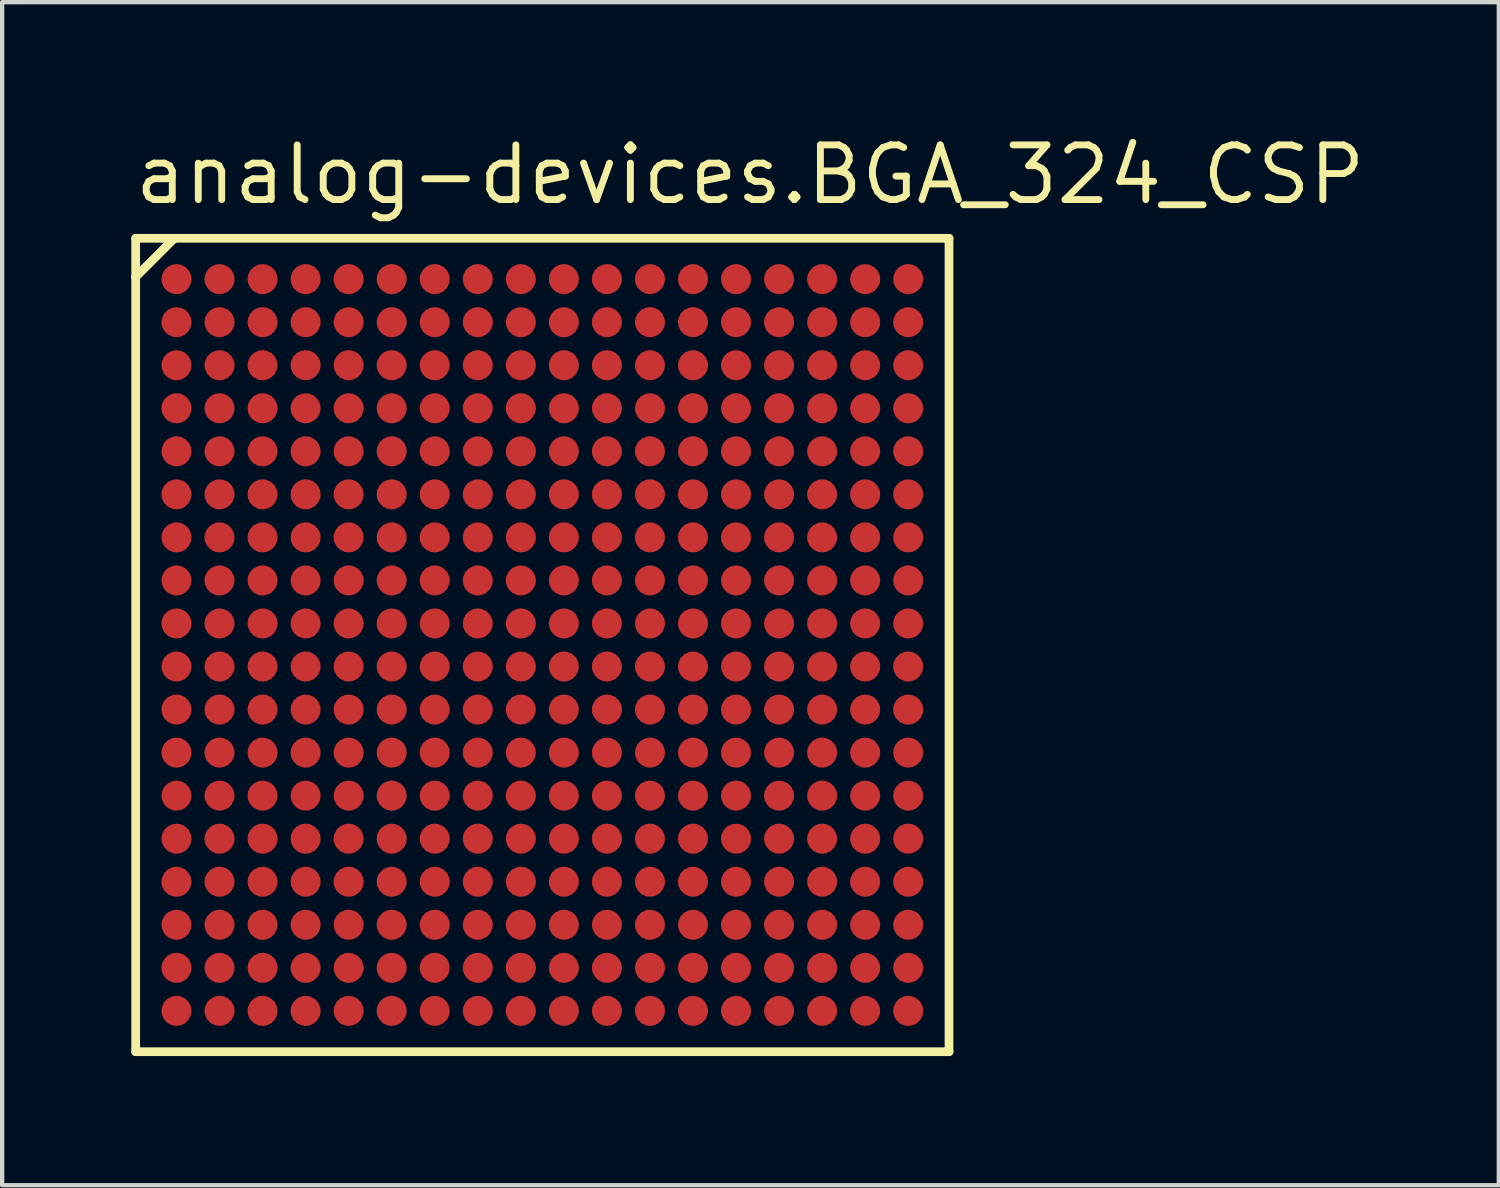
<source format=kicad_pcb>
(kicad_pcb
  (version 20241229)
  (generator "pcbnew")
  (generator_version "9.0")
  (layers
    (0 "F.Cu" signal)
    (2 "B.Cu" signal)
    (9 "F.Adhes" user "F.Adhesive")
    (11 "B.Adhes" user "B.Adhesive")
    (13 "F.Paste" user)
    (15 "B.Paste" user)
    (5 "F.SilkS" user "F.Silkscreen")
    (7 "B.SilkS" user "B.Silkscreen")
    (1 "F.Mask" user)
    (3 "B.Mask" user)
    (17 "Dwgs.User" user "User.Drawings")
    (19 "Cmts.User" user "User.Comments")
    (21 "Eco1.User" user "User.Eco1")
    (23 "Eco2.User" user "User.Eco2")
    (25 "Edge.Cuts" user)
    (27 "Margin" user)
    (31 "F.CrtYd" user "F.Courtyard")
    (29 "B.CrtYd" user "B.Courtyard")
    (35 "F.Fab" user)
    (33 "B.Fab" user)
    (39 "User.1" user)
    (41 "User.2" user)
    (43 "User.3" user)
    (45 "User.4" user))
  (footprint "analog-devices.BGA_324_CSP"
    (layer "F.Cu")
    (at 9.55 11.935)
    (property "Reference" "analog-devices.BGA_324_CSP" (at -9.55 -10.185 0) (layer "F.SilkS") (effects (font (size 1.27 1.27) (thickness 0.16)) (justify left bottom)))
    (attr smd)
    (fp_circle (center -8.5 -8.5) (end -8.2 -8.5) (stroke (width 0.1) (type default)) (fill no) (layer "F.Mask"))
    (fp_circle (center -8.5 -7.5) (end -8.2 -7.5) (stroke (width 0.1) (type default)) (fill no) (layer "F.Mask"))
    (fp_circle (center -8.5 -6.5) (end -8.2 -6.5) (stroke (width 0.1) (type default)) (fill no) (layer "F.Mask"))
    (fp_circle (center -8.5 -5.5) (end -8.2 -5.5) (stroke (width 0.1) (type default)) (fill no) (layer "F.Mask"))
    (fp_circle (center -8.5 -4.5) (end -8.2 -4.5) (stroke (width 0.1) (type default)) (fill no) (layer "F.Mask"))
    (fp_circle (center -8.5 -3.5) (end -8.2 -3.5) (stroke (width 0.1) (type default)) (fill no) (layer "F.Mask"))
    (fp_circle (center -8.5 -2.5) (end -8.2 -2.5) (stroke (width 0.1) (type default)) (fill no) (layer "F.Mask"))
    (fp_circle (center -8.5 -1.5) (end -8.2 -1.5) (stroke (width 0.1) (type default)) (fill no) (layer "F.Mask"))
    (fp_circle (center -8.5 -0.5) (end -8.2 -0.5) (stroke (width 0.1) (type default)) (fill no) (layer "F.Mask"))
    (fp_circle (center -8.5 0.5) (end -8.2 0.5) (stroke (width 0.1) (type default)) (fill no) (layer "F.Mask"))
    (fp_circle (center -8.5 1.5) (end -8.2 1.5) (stroke (width 0.1) (type default)) (fill no) (layer "F.Mask"))
    (fp_circle (center -8.5 2.5) (end -8.2 2.5) (stroke (width 0.1) (type default)) (fill no) (layer "F.Mask"))
    (fp_circle (center -8.5 3.5) (end -8.2 3.5) (stroke (width 0.1) (type default)) (fill no) (layer "F.Mask"))
    (fp_circle (center -8.5 4.5) (end -8.2 4.5) (stroke (width 0.1) (type default)) (fill no) (layer "F.Mask"))
    (fp_circle (center -8.5 5.5) (end -8.2 5.5) (stroke (width 0.1) (type default)) (fill no) (layer "F.Mask"))
    (fp_circle (center -8.5 6.5) (end -8.2 6.5) (stroke (width 0.1) (type default)) (fill no) (layer "F.Mask"))
    (fp_circle (center -8.5 7.5) (end -8.2 7.5) (stroke (width 0.1) (type default)) (fill no) (layer "F.Mask"))
    (fp_circle (center -8.5 8.5) (end -8.2 8.5) (stroke (width 0.1) (type default)) (fill no) (layer "F.Mask"))
    (fp_circle (center -7.5 -8.5) (end -7.2 -8.5) (stroke (width 0.1) (type default)) (fill no) (layer "F.Mask"))
    (fp_circle (center -7.5 -7.5) (end -7.2 -7.5) (stroke (width 0.1) (type default)) (fill no) (layer "F.Mask"))
    (fp_circle (center -7.5 -6.5) (end -7.2 -6.5) (stroke (width 0.1) (type default)) (fill no) (layer "F.Mask"))
    (fp_circle (center -7.5 -5.5) (end -7.2 -5.5) (stroke (width 0.1) (type default)) (fill no) (layer "F.Mask"))
    (fp_circle (center -7.5 -4.5) (end -7.2 -4.5) (stroke (width 0.1) (type default)) (fill no) (layer "F.Mask"))
    (fp_circle (center -7.5 -3.5) (end -7.2 -3.5) (stroke (width 0.1) (type default)) (fill no) (layer "F.Mask"))
    (fp_circle (center -7.5 -2.5) (end -7.2 -2.5) (stroke (width 0.1) (type default)) (fill no) (layer "F.Mask"))
    (fp_circle (center -7.5 -1.5) (end -7.2 -1.5) (stroke (width 0.1) (type default)) (fill no) (layer "F.Mask"))
    (fp_circle (center -7.5 -0.5) (end -7.2 -0.5) (stroke (width 0.1) (type default)) (fill no) (layer "F.Mask"))
    (fp_circle (center -7.5 0.5) (end -7.2 0.5) (stroke (width 0.1) (type default)) (fill no) (layer "F.Mask"))
    (fp_circle (center -7.5 1.5) (end -7.2 1.5) (stroke (width 0.1) (type default)) (fill no) (layer "F.Mask"))
    (fp_circle (center -7.5 2.5) (end -7.2 2.5) (stroke (width 0.1) (type default)) (fill no) (layer "F.Mask"))
    (fp_circle (center -7.5 3.5) (end -7.2 3.5) (stroke (width 0.1) (type default)) (fill no) (layer "F.Mask"))
    (fp_circle (center -7.5 4.5) (end -7.2 4.5) (stroke (width 0.1) (type default)) (fill no) (layer "F.Mask"))
    (fp_circle (center -7.5 5.5) (end -7.2 5.5) (stroke (width 0.1) (type default)) (fill no) (layer "F.Mask"))
    (fp_circle (center -7.5 6.5) (end -7.2 6.5) (stroke (width 0.1) (type default)) (fill no) (layer "F.Mask"))
    (fp_circle (center -7.5 7.5) (end -7.2 7.5) (stroke (width 0.1) (type default)) (fill no) (layer "F.Mask"))
    (fp_circle (center -7.5 8.5) (end -7.2 8.5) (stroke (width 0.1) (type default)) (fill no) (layer "F.Mask"))
    (fp_circle (center -6.5 -8.5) (end -6.2 -8.5) (stroke (width 0.1) (type default)) (fill no) (layer "F.Mask"))
    (fp_circle (center -6.5 -7.5) (end -6.2 -7.5) (stroke (width 0.1) (type default)) (fill no) (layer "F.Mask"))
    (fp_circle (center -6.5 -6.5) (end -6.2 -6.5) (stroke (width 0.1) (type default)) (fill no) (layer "F.Mask"))
    (fp_circle (center -6.5 -5.5) (end -6.2 -5.5) (stroke (width 0.1) (type default)) (fill no) (layer "F.Mask"))
    (fp_circle (center -6.5 -4.5) (end -6.2 -4.5) (stroke (width 0.1) (type default)) (fill no) (layer "F.Mask"))
    (fp_circle (center -6.5 -3.5) (end -6.2 -3.5) (stroke (width 0.1) (type default)) (fill no) (layer "F.Mask"))
    (fp_circle (center -6.5 -2.5) (end -6.2 -2.5) (stroke (width 0.1) (type default)) (fill no) (layer "F.Mask"))
    (fp_circle (center -6.5 -1.5) (end -6.2 -1.5) (stroke (width 0.1) (type default)) (fill no) (layer "F.Mask"))
    (fp_circle (center -6.5 -0.5) (end -6.2 -0.5) (stroke (width 0.1) (type default)) (fill no) (layer "F.Mask"))
    (fp_circle (center -6.5 0.5) (end -6.2 0.5) (stroke (width 0.1) (type default)) (fill no) (layer "F.Mask"))
    (fp_circle (center -6.5 1.5) (end -6.2 1.5) (stroke (width 0.1) (type default)) (fill no) (layer "F.Mask"))
    (fp_circle (center -6.5 2.5) (end -6.2 2.5) (stroke (width 0.1) (type default)) (fill no) (layer "F.Mask"))
    (fp_circle (center -6.5 3.5) (end -6.2 3.5) (stroke (width 0.1) (type default)) (fill no) (layer "F.Mask"))
    (fp_circle (center -6.5 4.5) (end -6.2 4.5) (stroke (width 0.1) (type default)) (fill no) (layer "F.Mask"))
    (fp_circle (center -6.5 5.5) (end -6.2 5.5) (stroke (width 0.1) (type default)) (fill no) (layer "F.Mask"))
    (fp_circle (center -6.5 6.5) (end -6.2 6.5) (stroke (width 0.1) (type default)) (fill no) (layer "F.Mask"))
    (fp_circle (center -6.5 7.5) (end -6.2 7.5) (stroke (width 0.1) (type default)) (fill no) (layer "F.Mask"))
    (fp_circle (center -6.5 8.5) (end -6.2 8.5) (stroke (width 0.1) (type default)) (fill no) (layer "F.Mask"))
    (fp_circle (center -5.5 -8.5) (end -5.2 -8.5) (stroke (width 0.1) (type default)) (fill no) (layer "F.Mask"))
    (fp_circle (center -5.5 -7.5) (end -5.2 -7.5) (stroke (width 0.1) (type default)) (fill no) (layer "F.Mask"))
    (fp_circle (center -5.5 -6.5) (end -5.2 -6.5) (stroke (width 0.1) (type default)) (fill no) (layer "F.Mask"))
    (fp_circle (center -5.5 -5.5) (end -5.2 -5.5) (stroke (width 0.1) (type default)) (fill no) (layer "F.Mask"))
    (fp_circle (center -5.5 -4.5) (end -5.2 -4.5) (stroke (width 0.1) (type default)) (fill no) (layer "F.Mask"))
    (fp_circle (center -5.5 -3.5) (end -5.2 -3.5) (stroke (width 0.1) (type default)) (fill no) (layer "F.Mask"))
    (fp_circle (center -5.5 -2.5) (end -5.2 -2.5) (stroke (width 0.1) (type default)) (fill no) (layer "F.Mask"))
    (fp_circle (center -5.5 -1.5) (end -5.2 -1.5) (stroke (width 0.1) (type default)) (fill no) (layer "F.Mask"))
    (fp_circle (center -5.5 -0.5) (end -5.2 -0.5) (stroke (width 0.1) (type default)) (fill no) (layer "F.Mask"))
    (fp_circle (center -5.5 0.5) (end -5.2 0.5) (stroke (width 0.1) (type default)) (fill no) (layer "F.Mask"))
    (fp_circle (center -5.5 1.5) (end -5.2 1.5) (stroke (width 0.1) (type default)) (fill no) (layer "F.Mask"))
    (fp_circle (center -5.5 2.5) (end -5.2 2.5) (stroke (width 0.1) (type default)) (fill no) (layer "F.Mask"))
    (fp_circle (center -5.5 3.5) (end -5.2 3.5) (stroke (width 0.1) (type default)) (fill no) (layer "F.Mask"))
    (fp_circle (center -5.5 4.5) (end -5.2 4.5) (stroke (width 0.1) (type default)) (fill no) (layer "F.Mask"))
    (fp_circle (center -5.5 5.5) (end -5.2 5.5) (stroke (width 0.1) (type default)) (fill no) (layer "F.Mask"))
    (fp_circle (center -5.5 6.5) (end -5.2 6.5) (stroke (width 0.1) (type default)) (fill no) (layer "F.Mask"))
    (fp_circle (center -5.5 7.5) (end -5.2 7.5) (stroke (width 0.1) (type default)) (fill no) (layer "F.Mask"))
    (fp_circle (center -5.5 8.5) (end -5.2 8.5) (stroke (width 0.1) (type default)) (fill no) (layer "F.Mask"))
    (fp_circle (center -4.5 -8.5) (end -4.2 -8.5) (stroke (width 0.1) (type default)) (fill no) (layer "F.Mask"))
    (fp_circle (center -4.5 -7.5) (end -4.2 -7.5) (stroke (width 0.1) (type default)) (fill no) (layer "F.Mask"))
    (fp_circle (center -4.5 -6.5) (end -4.2 -6.5) (stroke (width 0.1) (type default)) (fill no) (layer "F.Mask"))
    (fp_circle (center -4.5 -5.5) (end -4.2 -5.5) (stroke (width 0.1) (type default)) (fill no) (layer "F.Mask"))
    (fp_circle (center -4.5 -4.5) (end -4.2 -4.5) (stroke (width 0.1) (type default)) (fill no) (layer "F.Mask"))
    (fp_circle (center -4.5 -3.5) (end -4.2 -3.5) (stroke (width 0.1) (type default)) (fill no) (layer "F.Mask"))
    (fp_circle (center -4.5 -2.5) (end -4.2 -2.5) (stroke (width 0.1) (type default)) (fill no) (layer "F.Mask"))
    (fp_circle (center -4.5 -1.5) (end -4.2 -1.5) (stroke (width 0.1) (type default)) (fill no) (layer "F.Mask"))
    (fp_circle (center -4.5 -0.5) (end -4.2 -0.5) (stroke (width 0.1) (type default)) (fill no) (layer "F.Mask"))
    (fp_circle (center -4.5 0.5) (end -4.2 0.5) (stroke (width 0.1) (type default)) (fill no) (layer "F.Mask"))
    (fp_circle (center -4.5 1.5) (end -4.2 1.5) (stroke (width 0.1) (type default)) (fill no) (layer "F.Mask"))
    (fp_circle (center -4.5 2.5) (end -4.2 2.5) (stroke (width 0.1) (type default)) (fill no) (layer "F.Mask"))
    (fp_circle (center -4.5 3.5) (end -4.2 3.5) (stroke (width 0.1) (type default)) (fill no) (layer "F.Mask"))
    (fp_circle (center -4.5 4.5) (end -4.2 4.5) (stroke (width 0.1) (type default)) (fill no) (layer "F.Mask"))
    (fp_circle (center -4.5 5.5) (end -4.2 5.5) (stroke (width 0.1) (type default)) (fill no) (layer "F.Mask"))
    (fp_circle (center -4.5 6.5) (end -4.2 6.5) (stroke (width 0.1) (type default)) (fill no) (layer "F.Mask"))
    (fp_circle (center -4.5 7.5) (end -4.2 7.5) (stroke (width 0.1) (type default)) (fill no) (layer "F.Mask"))
    (fp_circle (center -4.5 8.5) (end -4.2 8.5) (stroke (width 0.1) (type default)) (fill no) (layer "F.Mask"))
    (fp_circle (center -3.5 -8.5) (end -3.2 -8.5) (stroke (width 0.1) (type default)) (fill no) (layer "F.Mask"))
    (fp_circle (center -3.5 -7.5) (end -3.2 -7.5) (stroke (width 0.1) (type default)) (fill no) (layer "F.Mask"))
    (fp_circle (center -3.5 -6.5) (end -3.2 -6.5) (stroke (width 0.1) (type default)) (fill no) (layer "F.Mask"))
    (fp_circle (center -3.5 -5.5) (end -3.2 -5.5) (stroke (width 0.1) (type default)) (fill no) (layer "F.Mask"))
    (fp_circle (center -3.5 -4.5) (end -3.2 -4.5) (stroke (width 0.1) (type default)) (fill no) (layer "F.Mask"))
    (fp_circle (center -3.5 -3.5) (end -3.2 -3.5) (stroke (width 0.1) (type default)) (fill no) (layer "F.Mask"))
    (fp_circle (center -3.5 -2.5) (end -3.2 -2.5) (stroke (width 0.1) (type default)) (fill no) (layer "F.Mask"))
    (fp_circle (center -3.5 -1.5) (end -3.2 -1.5) (stroke (width 0.1) (type default)) (fill no) (layer "F.Mask"))
    (fp_circle (center -3.5 -0.5) (end -3.2 -0.5) (stroke (width 0.1) (type default)) (fill no) (layer "F.Mask"))
    (fp_circle (center -3.5 0.5) (end -3.2 0.5) (stroke (width 0.1) (type default)) (fill no) (layer "F.Mask"))
    (fp_circle (center -3.5 1.5) (end -3.2 1.5) (stroke (width 0.1) (type default)) (fill no) (layer "F.Mask"))
    (fp_circle (center -3.5 2.5) (end -3.2 2.5) (stroke (width 0.1) (type default)) (fill no) (layer "F.Mask"))
    (fp_circle (center -3.5 3.5) (end -3.2 3.5) (stroke (width 0.1) (type default)) (fill no) (layer "F.Mask"))
    (fp_circle (center -3.5 4.5) (end -3.2 4.5) (stroke (width 0.1) (type default)) (fill no) (layer "F.Mask"))
    (fp_circle (center -3.5 5.5) (end -3.2 5.5) (stroke (width 0.1) (type default)) (fill no) (layer "F.Mask"))
    (fp_circle (center -3.5 6.5) (end -3.2 6.5) (stroke (width 0.1) (type default)) (fill no) (layer "F.Mask"))
    (fp_circle (center -3.5 7.5) (end -3.2 7.5) (stroke (width 0.1) (type default)) (fill no) (layer "F.Mask"))
    (fp_circle (center -3.5 8.5) (end -3.2 8.5) (stroke (width 0.1) (type default)) (fill no) (layer "F.Mask"))
    (fp_circle (center -2.5 -8.5) (end -2.2 -8.5) (stroke (width 0.1) (type default)) (fill no) (layer "F.Mask"))
    (fp_circle (center -2.5 -7.5) (end -2.2 -7.5) (stroke (width 0.1) (type default)) (fill no) (layer "F.Mask"))
    (fp_circle (center -2.5 -6.5) (end -2.2 -6.5) (stroke (width 0.1) (type default)) (fill no) (layer "F.Mask"))
    (fp_circle (center -2.5 -5.5) (end -2.2 -5.5) (stroke (width 0.1) (type default)) (fill no) (layer "F.Mask"))
    (fp_circle (center -2.5 -4.5) (end -2.2 -4.5) (stroke (width 0.1) (type default)) (fill no) (layer "F.Mask"))
    (fp_circle (center -2.5 -3.5) (end -2.2 -3.5) (stroke (width 0.1) (type default)) (fill no) (layer "F.Mask"))
    (fp_circle (center -2.5 -2.5) (end -2.2 -2.5) (stroke (width 0.1) (type default)) (fill no) (layer "F.Mask"))
    (fp_circle (center -2.5 -1.5) (end -2.2 -1.5) (stroke (width 0.1) (type default)) (fill no) (layer "F.Mask"))
    (fp_circle (center -2.5 -0.5) (end -2.2 -0.5) (stroke (width 0.1) (type default)) (fill no) (layer "F.Mask"))
    (fp_circle (center -2.5 0.5) (end -2.2 0.5) (stroke (width 0.1) (type default)) (fill no) (layer "F.Mask"))
    (fp_circle (center -2.5 1.5) (end -2.2 1.5) (stroke (width 0.1) (type default)) (fill no) (layer "F.Mask"))
    (fp_circle (center -2.5 2.5) (end -2.2 2.5) (stroke (width 0.1) (type default)) (fill no) (layer "F.Mask"))
    (fp_circle (center -2.5 3.5) (end -2.2 3.5) (stroke (width 0.1) (type default)) (fill no) (layer "F.Mask"))
    (fp_circle (center -2.5 4.5) (end -2.2 4.5) (stroke (width 0.1) (type default)) (fill no) (layer "F.Mask"))
    (fp_circle (center -2.5 5.5) (end -2.2 5.5) (stroke (width 0.1) (type default)) (fill no) (layer "F.Mask"))
    (fp_circle (center -2.5 6.5) (end -2.2 6.5) (stroke (width 0.1) (type default)) (fill no) (layer "F.Mask"))
    (fp_circle (center -2.5 7.5) (end -2.2 7.5) (stroke (width 0.1) (type default)) (fill no) (layer "F.Mask"))
    (fp_circle (center -2.5 8.5) (end -2.2 8.5) (stroke (width 0.1) (type default)) (fill no) (layer "F.Mask"))
    (fp_circle (center -1.5 -8.5) (end -1.2 -8.5) (stroke (width 0.1) (type default)) (fill no) (layer "F.Mask"))
    (fp_circle (center -1.5 -7.5) (end -1.2 -7.5) (stroke (width 0.1) (type default)) (fill no) (layer "F.Mask"))
    (fp_circle (center -1.5 -6.5) (end -1.2 -6.5) (stroke (width 0.1) (type default)) (fill no) (layer "F.Mask"))
    (fp_circle (center -1.5 -5.5) (end -1.2 -5.5) (stroke (width 0.1) (type default)) (fill no) (layer "F.Mask"))
    (fp_circle (center -1.5 -4.5) (end -1.2 -4.5) (stroke (width 0.1) (type default)) (fill no) (layer "F.Mask"))
    (fp_circle (center -1.5 -3.5) (end -1.2 -3.5) (stroke (width 0.1) (type default)) (fill no) (layer "F.Mask"))
    (fp_circle (center -1.5 -2.5) (end -1.2 -2.5) (stroke (width 0.1) (type default)) (fill no) (layer "F.Mask"))
    (fp_circle (center -1.5 -1.5) (end -1.2 -1.5) (stroke (width 0.1) (type default)) (fill no) (layer "F.Mask"))
    (fp_circle (center -1.5 -0.5) (end -1.2 -0.5) (stroke (width 0.1) (type default)) (fill no) (layer "F.Mask"))
    (fp_circle (center -1.5 0.5) (end -1.2 0.5) (stroke (width 0.1) (type default)) (fill no) (layer "F.Mask"))
    (fp_circle (center -1.5 1.5) (end -1.2 1.5) (stroke (width 0.1) (type default)) (fill no) (layer "F.Mask"))
    (fp_circle (center -1.5 2.5) (end -1.2 2.5) (stroke (width 0.1) (type default)) (fill no) (layer "F.Mask"))
    (fp_circle (center -1.5 3.5) (end -1.2 3.5) (stroke (width 0.1) (type default)) (fill no) (layer "F.Mask"))
    (fp_circle (center -1.5 4.5) (end -1.2 4.5) (stroke (width 0.1) (type default)) (fill no) (layer "F.Mask"))
    (fp_circle (center -1.5 5.5) (end -1.2 5.5) (stroke (width 0.1) (type default)) (fill no) (layer "F.Mask"))
    (fp_circle (center -1.5 6.5) (end -1.2 6.5) (stroke (width 0.1) (type default)) (fill no) (layer "F.Mask"))
    (fp_circle (center -1.5 7.5) (end -1.2 7.5) (stroke (width 0.1) (type default)) (fill no) (layer "F.Mask"))
    (fp_circle (center -1.5 8.5) (end -1.2 8.5) (stroke (width 0.1) (type default)) (fill no) (layer "F.Mask"))
    (fp_circle (center -0.5 -8.5) (end -0.2 -8.5) (stroke (width 0.1) (type default)) (fill no) (layer "F.Mask"))
    (fp_circle (center -0.5 -7.5) (end -0.2 -7.5) (stroke (width 0.1) (type default)) (fill no) (layer "F.Mask"))
    (fp_circle (center -0.5 -6.5) (end -0.2 -6.5) (stroke (width 0.1) (type default)) (fill no) (layer "F.Mask"))
    (fp_circle (center -0.5 -5.5) (end -0.2 -5.5) (stroke (width 0.1) (type default)) (fill no) (layer "F.Mask"))
    (fp_circle (center -0.5 -4.5) (end -0.2 -4.5) (stroke (width 0.1) (type default)) (fill no) (layer "F.Mask"))
    (fp_circle (center -0.5 -3.5) (end -0.2 -3.5) (stroke (width 0.1) (type default)) (fill no) (layer "F.Mask"))
    (fp_circle (center -0.5 -2.5) (end -0.2 -2.5) (stroke (width 0.1) (type default)) (fill no) (layer "F.Mask"))
    (fp_circle (center -0.5 -1.5) (end -0.2 -1.5) (stroke (width 0.1) (type default)) (fill no) (layer "F.Mask"))
    (fp_circle (center -0.5 -0.5) (end -0.2 -0.5) (stroke (width 0.1) (type default)) (fill no) (layer "F.Mask"))
    (fp_circle (center -0.5 0.5) (end -0.2 0.5) (stroke (width 0.1) (type default)) (fill no) (layer "F.Mask"))
    (fp_circle (center -0.5 1.5) (end -0.2 1.5) (stroke (width 0.1) (type default)) (fill no) (layer "F.Mask"))
    (fp_circle (center -0.5 2.5) (end -0.2 2.5) (stroke (width 0.1) (type default)) (fill no) (layer "F.Mask"))
    (fp_circle (center -0.5 3.5) (end -0.2 3.5) (stroke (width 0.1) (type default)) (fill no) (layer "F.Mask"))
    (fp_circle (center -0.5 4.5) (end -0.2 4.5) (stroke (width 0.1) (type default)) (fill no) (layer "F.Mask"))
    (fp_circle (center -0.5 5.5) (end -0.2 5.5) (stroke (width 0.1) (type default)) (fill no) (layer "F.Mask"))
    (fp_circle (center -0.5 6.5) (end -0.2 6.5) (stroke (width 0.1) (type default)) (fill no) (layer "F.Mask"))
    (fp_circle (center -0.5 7.5) (end -0.2 7.5) (stroke (width 0.1) (type default)) (fill no) (layer "F.Mask"))
    (fp_circle (center -0.5 8.5) (end -0.2 8.5) (stroke (width 0.1) (type default)) (fill no) (layer "F.Mask"))
    (fp_circle (center 0.5 -8.5) (end 0.8 -8.5) (stroke (width 0.1) (type default)) (fill no) (layer "F.Mask"))
    (fp_circle (center 0.5 -7.5) (end 0.8 -7.5) (stroke (width 0.1) (type default)) (fill no) (layer "F.Mask"))
    (fp_circle (center 0.5 -6.5) (end 0.8 -6.5) (stroke (width 0.1) (type default)) (fill no) (layer "F.Mask"))
    (fp_circle (center 0.5 -5.5) (end 0.8 -5.5) (stroke (width 0.1) (type default)) (fill no) (layer "F.Mask"))
    (fp_circle (center 0.5 -4.5) (end 0.8 -4.5) (stroke (width 0.1) (type default)) (fill no) (layer "F.Mask"))
    (fp_circle (center 0.5 -3.5) (end 0.8 -3.5) (stroke (width 0.1) (type default)) (fill no) (layer "F.Mask"))
    (fp_circle (center 0.5 -2.5) (end 0.8 -2.5) (stroke (width 0.1) (type default)) (fill no) (layer "F.Mask"))
    (fp_circle (center 0.5 -1.5) (end 0.8 -1.5) (stroke (width 0.1) (type default)) (fill no) (layer "F.Mask"))
    (fp_circle (center 0.5 -0.5) (end 0.8 -0.5) (stroke (width 0.1) (type default)) (fill no) (layer "F.Mask"))
    (fp_circle (center 0.5 0.5) (end 0.8 0.5) (stroke (width 0.1) (type default)) (fill no) (layer "F.Mask"))
    (fp_circle (center 0.5 1.5) (end 0.8 1.5) (stroke (width 0.1) (type default)) (fill no) (layer "F.Mask"))
    (fp_circle (center 0.5 2.5) (end 0.8 2.5) (stroke (width 0.1) (type default)) (fill no) (layer "F.Mask"))
    (fp_circle (center 0.5 3.5) (end 0.8 3.5) (stroke (width 0.1) (type default)) (fill no) (layer "F.Mask"))
    (fp_circle (center 0.5 4.5) (end 0.8 4.5) (stroke (width 0.1) (type default)) (fill no) (layer "F.Mask"))
    (fp_circle (center 0.5 5.5) (end 0.8 5.5) (stroke (width 0.1) (type default)) (fill no) (layer "F.Mask"))
    (fp_circle (center 0.5 6.5) (end 0.8 6.5) (stroke (width 0.1) (type default)) (fill no) (layer "F.Mask"))
    (fp_circle (center 0.5 7.5) (end 0.8 7.5) (stroke (width 0.1) (type default)) (fill no) (layer "F.Mask"))
    (fp_circle (center 0.5 8.5) (end 0.8 8.5) (stroke (width 0.1) (type default)) (fill no) (layer "F.Mask"))
    (fp_circle (center 1.5 -8.5) (end 1.8 -8.5) (stroke (width 0.1) (type default)) (fill no) (layer "F.Mask"))
    (fp_circle (center 1.5 -7.5) (end 1.8 -7.5) (stroke (width 0.1) (type default)) (fill no) (layer "F.Mask"))
    (fp_circle (center 1.5 -6.5) (end 1.8 -6.5) (stroke (width 0.1) (type default)) (fill no) (layer "F.Mask"))
    (fp_circle (center 1.5 -5.5) (end 1.8 -5.5) (stroke (width 0.1) (type default)) (fill no) (layer "F.Mask"))
    (fp_circle (center 1.5 -4.5) (end 1.8 -4.5) (stroke (width 0.1) (type default)) (fill no) (layer "F.Mask"))
    (fp_circle (center 1.5 -3.5) (end 1.8 -3.5) (stroke (width 0.1) (type default)) (fill no) (layer "F.Mask"))
    (fp_circle (center 1.5 -2.5) (end 1.8 -2.5) (stroke (width 0.1) (type default)) (fill no) (layer "F.Mask"))
    (fp_circle (center 1.5 -1.5) (end 1.8 -1.5) (stroke (width 0.1) (type default)) (fill no) (layer "F.Mask"))
    (fp_circle (center 1.5 -0.5) (end 1.8 -0.5) (stroke (width 0.1) (type default)) (fill no) (layer "F.Mask"))
    (fp_circle (center 1.5 0.5) (end 1.8 0.5) (stroke (width 0.1) (type default)) (fill no) (layer "F.Mask"))
    (fp_circle (center 1.5 1.5) (end 1.8 1.5) (stroke (width 0.1) (type default)) (fill no) (layer "F.Mask"))
    (fp_circle (center 1.5 2.5) (end 1.8 2.5) (stroke (width 0.1) (type default)) (fill no) (layer "F.Mask"))
    (fp_circle (center 1.5 3.5) (end 1.8 3.5) (stroke (width 0.1) (type default)) (fill no) (layer "F.Mask"))
    (fp_circle (center 1.5 4.5) (end 1.8 4.5) (stroke (width 0.1) (type default)) (fill no) (layer "F.Mask"))
    (fp_circle (center 1.5 5.5) (end 1.8 5.5) (stroke (width 0.1) (type default)) (fill no) (layer "F.Mask"))
    (fp_circle (center 1.5 6.5) (end 1.8 6.5) (stroke (width 0.1) (type default)) (fill no) (layer "F.Mask"))
    (fp_circle (center 1.5 7.5) (end 1.8 7.5) (stroke (width 0.1) (type default)) (fill no) (layer "F.Mask"))
    (fp_circle (center 1.5 8.5) (end 1.8 8.5) (stroke (width 0.1) (type default)) (fill no) (layer "F.Mask"))
    (fp_circle (center 2.5 -8.5) (end 2.8 -8.5) (stroke (width 0.1) (type default)) (fill no) (layer "F.Mask"))
    (fp_circle (center 2.5 -7.5) (end 2.8 -7.5) (stroke (width 0.1) (type default)) (fill no) (layer "F.Mask"))
    (fp_circle (center 2.5 -6.5) (end 2.8 -6.5) (stroke (width 0.1) (type default)) (fill no) (layer "F.Mask"))
    (fp_circle (center 2.5 -5.5) (end 2.8 -5.5) (stroke (width 0.1) (type default)) (fill no) (layer "F.Mask"))
    (fp_circle (center 2.5 -4.5) (end 2.8 -4.5) (stroke (width 0.1) (type default)) (fill no) (layer "F.Mask"))
    (fp_circle (center 2.5 -3.5) (end 2.8 -3.5) (stroke (width 0.1) (type default)) (fill no) (layer "F.Mask"))
    (fp_circle (center 2.5 -2.5) (end 2.8 -2.5) (stroke (width 0.1) (type default)) (fill no) (layer "F.Mask"))
    (fp_circle (center 2.5 -1.5) (end 2.8 -1.5) (stroke (width 0.1) (type default)) (fill no) (layer "F.Mask"))
    (fp_circle (center 2.5 -0.5) (end 2.8 -0.5) (stroke (width 0.1) (type default)) (fill no) (layer "F.Mask"))
    (fp_circle (center 2.5 0.5) (end 2.8 0.5) (stroke (width 0.1) (type default)) (fill no) (layer "F.Mask"))
    (fp_circle (center 2.5 1.5) (end 2.8 1.5) (stroke (width 0.1) (type default)) (fill no) (layer "F.Mask"))
    (fp_circle (center 2.5 2.5) (end 2.8 2.5) (stroke (width 0.1) (type default)) (fill no) (layer "F.Mask"))
    (fp_circle (center 2.5 3.5) (end 2.8 3.5) (stroke (width 0.1) (type default)) (fill no) (layer "F.Mask"))
    (fp_circle (center 2.5 4.5) (end 2.8 4.5) (stroke (width 0.1) (type default)) (fill no) (layer "F.Mask"))
    (fp_circle (center 2.5 5.5) (end 2.8 5.5) (stroke (width 0.1) (type default)) (fill no) (layer "F.Mask"))
    (fp_circle (center 2.5 6.5) (end 2.8 6.5) (stroke (width 0.1) (type default)) (fill no) (layer "F.Mask"))
    (fp_circle (center 2.5 7.5) (end 2.8 7.5) (stroke (width 0.1) (type default)) (fill no) (layer "F.Mask"))
    (fp_circle (center 2.5 8.5) (end 2.8 8.5) (stroke (width 0.1) (type default)) (fill no) (layer "F.Mask"))
    (fp_circle (center 3.5 -8.5) (end 3.8 -8.5) (stroke (width 0.1) (type default)) (fill no) (layer "F.Mask"))
    (fp_circle (center 3.5 -7.5) (end 3.8 -7.5) (stroke (width 0.1) (type default)) (fill no) (layer "F.Mask"))
    (fp_circle (center 3.5 -6.5) (end 3.8 -6.5) (stroke (width 0.1) (type default)) (fill no) (layer "F.Mask"))
    (fp_circle (center 3.5 -5.5) (end 3.8 -5.5) (stroke (width 0.1) (type default)) (fill no) (layer "F.Mask"))
    (fp_circle (center 3.5 -4.5) (end 3.8 -4.5) (stroke (width 0.1) (type default)) (fill no) (layer "F.Mask"))
    (fp_circle (center 3.5 -3.5) (end 3.8 -3.5) (stroke (width 0.1) (type default)) (fill no) (layer "F.Mask"))
    (fp_circle (center 3.5 -2.5) (end 3.8 -2.5) (stroke (width 0.1) (type default)) (fill no) (layer "F.Mask"))
    (fp_circle (center 3.5 -1.5) (end 3.8 -1.5) (stroke (width 0.1) (type default)) (fill no) (layer "F.Mask"))
    (fp_circle (center 3.5 -0.5) (end 3.8 -0.5) (stroke (width 0.1) (type default)) (fill no) (layer "F.Mask"))
    (fp_circle (center 3.5 0.5) (end 3.8 0.5) (stroke (width 0.1) (type default)) (fill no) (layer "F.Mask"))
    (fp_circle (center 3.5 1.5) (end 3.8 1.5) (stroke (width 0.1) (type default)) (fill no) (layer "F.Mask"))
    (fp_circle (center 3.5 2.5) (end 3.8 2.5) (stroke (width 0.1) (type default)) (fill no) (layer "F.Mask"))
    (fp_circle (center 3.5 3.5) (end 3.8 3.5) (stroke (width 0.1) (type default)) (fill no) (layer "F.Mask"))
    (fp_circle (center 3.5 4.5) (end 3.8 4.5) (stroke (width 0.1) (type default)) (fill no) (layer "F.Mask"))
    (fp_circle (center 3.5 5.5) (end 3.8 5.5) (stroke (width 0.1) (type default)) (fill no) (layer "F.Mask"))
    (fp_circle (center 3.5 6.5) (end 3.8 6.5) (stroke (width 0.1) (type default)) (fill no) (layer "F.Mask"))
    (fp_circle (center 3.5 7.5) (end 3.8 7.5) (stroke (width 0.1) (type default)) (fill no) (layer "F.Mask"))
    (fp_circle (center 3.5 8.5) (end 3.8 8.5) (stroke (width 0.1) (type default)) (fill no) (layer "F.Mask"))
    (fp_circle (center 4.5 -8.5) (end 4.8 -8.5) (stroke (width 0.1) (type default)) (fill no) (layer "F.Mask"))
    (fp_circle (center 4.5 -7.5) (end 4.8 -7.5) (stroke (width 0.1) (type default)) (fill no) (layer "F.Mask"))
    (fp_circle (center 4.5 -6.5) (end 4.8 -6.5) (stroke (width 0.1) (type default)) (fill no) (layer "F.Mask"))
    (fp_circle (center 4.5 -5.5) (end 4.8 -5.5) (stroke (width 0.1) (type default)) (fill no) (layer "F.Mask"))
    (fp_circle (center 4.5 -4.5) (end 4.8 -4.5) (stroke (width 0.1) (type default)) (fill no) (layer "F.Mask"))
    (fp_circle (center 4.5 -3.5) (end 4.8 -3.5) (stroke (width 0.1) (type default)) (fill no) (layer "F.Mask"))
    (fp_circle (center 4.5 -2.5) (end 4.8 -2.5) (stroke (width 0.1) (type default)) (fill no) (layer "F.Mask"))
    (fp_circle (center 4.5 -1.5) (end 4.8 -1.5) (stroke (width 0.1) (type default)) (fill no) (layer "F.Mask"))
    (fp_circle (center 4.5 -0.5) (end 4.8 -0.5) (stroke (width 0.1) (type default)) (fill no) (layer "F.Mask"))
    (fp_circle (center 4.5 0.5) (end 4.8 0.5) (stroke (width 0.1) (type default)) (fill no) (layer "F.Mask"))
    (fp_circle (center 4.5 1.5) (end 4.8 1.5) (stroke (width 0.1) (type default)) (fill no) (layer "F.Mask"))
    (fp_circle (center 4.5 2.5) (end 4.8 2.5) (stroke (width 0.1) (type default)) (fill no) (layer "F.Mask"))
    (fp_circle (center 4.5 3.5) (end 4.8 3.5) (stroke (width 0.1) (type default)) (fill no) (layer "F.Mask"))
    (fp_circle (center 4.5 4.5) (end 4.8 4.5) (stroke (width 0.1) (type default)) (fill no) (layer "F.Mask"))
    (fp_circle (center 4.5 5.5) (end 4.8 5.5) (stroke (width 0.1) (type default)) (fill no) (layer "F.Mask"))
    (fp_circle (center 4.5 6.5) (end 4.8 6.5) (stroke (width 0.1) (type default)) (fill no) (layer "F.Mask"))
    (fp_circle (center 4.5 7.5) (end 4.8 7.5) (stroke (width 0.1) (type default)) (fill no) (layer "F.Mask"))
    (fp_circle (center 4.5 8.5) (end 4.8 8.5) (stroke (width 0.1) (type default)) (fill no) (layer "F.Mask"))
    (fp_circle (center 5.5 -8.5) (end 5.8 -8.5) (stroke (width 0.1) (type default)) (fill no) (layer "F.Mask"))
    (fp_circle (center 5.5 -7.5) (end 5.8 -7.5) (stroke (width 0.1) (type default)) (fill no) (layer "F.Mask"))
    (fp_circle (center 5.5 -6.5) (end 5.8 -6.5) (stroke (width 0.1) (type default)) (fill no) (layer "F.Mask"))
    (fp_circle (center 5.5 -5.5) (end 5.8 -5.5) (stroke (width 0.1) (type default)) (fill no) (layer "F.Mask"))
    (fp_circle (center 5.5 -4.5) (end 5.8 -4.5) (stroke (width 0.1) (type default)) (fill no) (layer "F.Mask"))
    (fp_circle (center 5.5 -3.5) (end 5.8 -3.5) (stroke (width 0.1) (type default)) (fill no) (layer "F.Mask"))
    (fp_circle (center 5.5 -2.5) (end 5.8 -2.5) (stroke (width 0.1) (type default)) (fill no) (layer "F.Mask"))
    (fp_circle (center 5.5 -1.5) (end 5.8 -1.5) (stroke (width 0.1) (type default)) (fill no) (layer "F.Mask"))
    (fp_circle (center 5.5 -0.5) (end 5.8 -0.5) (stroke (width 0.1) (type default)) (fill no) (layer "F.Mask"))
    (fp_circle (center 5.5 0.5) (end 5.8 0.5) (stroke (width 0.1) (type default)) (fill no) (layer "F.Mask"))
    (fp_circle (center 5.5 1.5) (end 5.8 1.5) (stroke (width 0.1) (type default)) (fill no) (layer "F.Mask"))
    (fp_circle (center 5.5 2.5) (end 5.8 2.5) (stroke (width 0.1) (type default)) (fill no) (layer "F.Mask"))
    (fp_circle (center 5.5 3.5) (end 5.8 3.5) (stroke (width 0.1) (type default)) (fill no) (layer "F.Mask"))
    (fp_circle (center 5.5 4.5) (end 5.8 4.5) (stroke (width 0.1) (type default)) (fill no) (layer "F.Mask"))
    (fp_circle (center 5.5 5.5) (end 5.8 5.5) (stroke (width 0.1) (type default)) (fill no) (layer "F.Mask"))
    (fp_circle (center 5.5 6.5) (end 5.8 6.5) (stroke (width 0.1) (type default)) (fill no) (layer "F.Mask"))
    (fp_circle (center 5.5 7.5) (end 5.8 7.5) (stroke (width 0.1) (type default)) (fill no) (layer "F.Mask"))
    (fp_circle (center 5.5 8.5) (end 5.8 8.5) (stroke (width 0.1) (type default)) (fill no) (layer "F.Mask"))
    (fp_circle (center 6.5 -8.5) (end 6.8 -8.5) (stroke (width 0.1) (type default)) (fill no) (layer "F.Mask"))
    (fp_circle (center 6.5 -7.5) (end 6.8 -7.5) (stroke (width 0.1) (type default)) (fill no) (layer "F.Mask"))
    (fp_circle (center 6.5 -6.5) (end 6.8 -6.5) (stroke (width 0.1) (type default)) (fill no) (layer "F.Mask"))
    (fp_circle (center 6.5 -5.5) (end 6.8 -5.5) (stroke (width 0.1) (type default)) (fill no) (layer "F.Mask"))
    (fp_circle (center 6.5 -4.5) (end 6.8 -4.5) (stroke (width 0.1) (type default)) (fill no) (layer "F.Mask"))
    (fp_circle (center 6.5 -3.5) (end 6.8 -3.5) (stroke (width 0.1) (type default)) (fill no) (layer "F.Mask"))
    (fp_circle (center 6.5 -2.5) (end 6.8 -2.5) (stroke (width 0.1) (type default)) (fill no) (layer "F.Mask"))
    (fp_circle (center 6.5 -1.5) (end 6.8 -1.5) (stroke (width 0.1) (type default)) (fill no) (layer "F.Mask"))
    (fp_circle (center 6.5 -0.5) (end 6.8 -0.5) (stroke (width 0.1) (type default)) (fill no) (layer "F.Mask"))
    (fp_circle (center 6.5 0.5) (end 6.8 0.5) (stroke (width 0.1) (type default)) (fill no) (layer "F.Mask"))
    (fp_circle (center 6.5 1.5) (end 6.8 1.5) (stroke (width 0.1) (type default)) (fill no) (layer "F.Mask"))
    (fp_circle (center 6.5 2.5) (end 6.8 2.5) (stroke (width 0.1) (type default)) (fill no) (layer "F.Mask"))
    (fp_circle (center 6.5 3.5) (end 6.8 3.5) (stroke (width 0.1) (type default)) (fill no) (layer "F.Mask"))
    (fp_circle (center 6.5 4.5) (end 6.8 4.5) (stroke (width 0.1) (type default)) (fill no) (layer "F.Mask"))
    (fp_circle (center 6.5 5.5) (end 6.8 5.5) (stroke (width 0.1) (type default)) (fill no) (layer "F.Mask"))
    (fp_circle (center 6.5 6.5) (end 6.8 6.5) (stroke (width 0.1) (type default)) (fill no) (layer "F.Mask"))
    (fp_circle (center 6.5 7.5) (end 6.8 7.5) (stroke (width 0.1) (type default)) (fill no) (layer "F.Mask"))
    (fp_circle (center 6.5 8.5) (end 6.8 8.5) (stroke (width 0.1) (type default)) (fill no) (layer "F.Mask"))
    (fp_circle (center 7.5 -8.5) (end 7.8 -8.5) (stroke (width 0.1) (type default)) (fill no) (layer "F.Mask"))
    (fp_circle (center 7.5 -7.5) (end 7.8 -7.5) (stroke (width 0.1) (type default)) (fill no) (layer "F.Mask"))
    (fp_circle (center 7.5 -6.5) (end 7.8 -6.5) (stroke (width 0.1) (type default)) (fill no) (layer "F.Mask"))
    (fp_circle (center 7.5 -5.5) (end 7.8 -5.5) (stroke (width 0.1) (type default)) (fill no) (layer "F.Mask"))
    (fp_circle (center 7.5 -4.5) (end 7.8 -4.5) (stroke (width 0.1) (type default)) (fill no) (layer "F.Mask"))
    (fp_circle (center 7.5 -3.5) (end 7.8 -3.5) (stroke (width 0.1) (type default)) (fill no) (layer "F.Mask"))
    (fp_circle (center 7.5 -2.5) (end 7.8 -2.5) (stroke (width 0.1) (type default)) (fill no) (layer "F.Mask"))
    (fp_circle (center 7.5 -1.5) (end 7.8 -1.5) (stroke (width 0.1) (type default)) (fill no) (layer "F.Mask"))
    (fp_circle (center 7.5 -0.5) (end 7.8 -0.5) (stroke (width 0.1) (type default)) (fill no) (layer "F.Mask"))
    (fp_circle (center 7.5 0.5) (end 7.8 0.5) (stroke (width 0.1) (type default)) (fill no) (layer "F.Mask"))
    (fp_circle (center 7.5 1.5) (end 7.8 1.5) (stroke (width 0.1) (type default)) (fill no) (layer "F.Mask"))
    (fp_circle (center 7.5 2.5) (end 7.8 2.5) (stroke (width 0.1) (type default)) (fill no) (layer "F.Mask"))
    (fp_circle (center 7.5 3.5) (end 7.8 3.5) (stroke (width 0.1) (type default)) (fill no) (layer "F.Mask"))
    (fp_circle (center 7.5 4.5) (end 7.8 4.5) (stroke (width 0.1) (type default)) (fill no) (layer "F.Mask"))
    (fp_circle (center 7.5 5.5) (end 7.8 5.5) (stroke (width 0.1) (type default)) (fill no) (layer "F.Mask"))
    (fp_circle (center 7.5 6.5) (end 7.8 6.5) (stroke (width 0.1) (type default)) (fill no) (layer "F.Mask"))
    (fp_circle (center 7.5 7.5) (end 7.8 7.5) (stroke (width 0.1) (type default)) (fill no) (layer "F.Mask"))
    (fp_circle (center 7.5 8.5) (end 7.8 8.5) (stroke (width 0.1) (type default)) (fill no) (layer "F.Mask"))
    (fp_circle (center 8.5 -8.5) (end 8.8 -8.5) (stroke (width 0.1) (type default)) (fill no) (layer "F.Mask"))
    (fp_circle (center 8.5 -7.5) (end 8.8 -7.5) (stroke (width 0.1) (type default)) (fill no) (layer "F.Mask"))
    (fp_circle (center 8.5 -6.5) (end 8.8 -6.5) (stroke (width 0.1) (type default)) (fill no) (layer "F.Mask"))
    (fp_circle (center 8.5 -5.5) (end 8.8 -5.5) (stroke (width 0.1) (type default)) (fill no) (layer "F.Mask"))
    (fp_circle (center 8.5 -4.5) (end 8.8 -4.5) (stroke (width 0.1) (type default)) (fill no) (layer "F.Mask"))
    (fp_circle (center 8.5 -3.5) (end 8.8 -3.5) (stroke (width 0.1) (type default)) (fill no) (layer "F.Mask"))
    (fp_circle (center 8.5 -2.5) (end 8.8 -2.5) (stroke (width 0.1) (type default)) (fill no) (layer "F.Mask"))
    (fp_circle (center 8.5 -1.5) (end 8.8 -1.5) (stroke (width 0.1) (type default)) (fill no) (layer "F.Mask"))
    (fp_circle (center 8.5 -0.5) (end 8.8 -0.5) (stroke (width 0.1) (type default)) (fill no) (layer "F.Mask"))
    (fp_circle (center 8.5 0.5) (end 8.8 0.5) (stroke (width 0.1) (type default)) (fill no) (layer "F.Mask"))
    (fp_circle (center 8.5 1.5) (end 8.8 1.5) (stroke (width 0.1) (type default)) (fill no) (layer "F.Mask"))
    (fp_circle (center 8.5 2.5) (end 8.8 2.5) (stroke (width 0.1) (type default)) (fill no) (layer "F.Mask"))
    (fp_circle (center 8.5 3.5) (end 8.8 3.5) (stroke (width 0.1) (type default)) (fill no) (layer "F.Mask"))
    (fp_circle (center 8.5 4.5) (end 8.8 4.5) (stroke (width 0.1) (type default)) (fill no) (layer "F.Mask"))
    (fp_circle (center 8.5 5.5) (end 8.8 5.5) (stroke (width 0.1) (type default)) (fill no) (layer "F.Mask"))
    (fp_circle (center 8.5 6.5) (end 8.8 6.5) (stroke (width 0.1) (type default)) (fill no) (layer "F.Mask"))
    (fp_circle (center 8.5 7.5) (end 8.8 7.5) (stroke (width 0.1) (type default)) (fill no) (layer "F.Mask"))
    (fp_circle (center 8.5 8.5) (end 8.8 8.5) (stroke (width 0.1) (type default)) (fill no) (layer "F.Mask"))
    (fp_line (start -9.448 -9.448) (end -9.448 -8.55) (stroke (width 0.203) (type default)) (layer "F.SilkS"))
    (fp_line (start -9.448 -8.55) (end -9.448 9.448) (stroke (width 0.203) (type default)) (layer "F.SilkS"))
    (fp_line (start -9.448 -8.55) (end -8.55 -9.448) (stroke (width 0.203) (type default)) (layer "F.SilkS"))
    (fp_line (start -9.448 9.448) (end 9.448 9.448) (stroke (width 0.203) (type default)) (layer "F.SilkS"))
    (fp_line (start -8.55 -9.448) (end -9.448 -9.448) (stroke (width 0.203) (type default)) (layer "F.SilkS"))
    (fp_line (start 9.448 -9.448) (end -8.55 -9.448) (stroke (width 0.203) (type default)) (layer "F.SilkS"))
    (fp_line (start 9.448 9.448) (end 9.448 -9.448) (stroke (width 0.203) (type default)) (layer "F.SilkS"))
    (pad "A1" smd roundrect (at -8.5 -8.5) (size 0.7 0.7) (layers "F.Cu" "F.Mask" "F.Paste") (roundrect_rratio 0.5))
    (pad "A2" smd roundrect (at -7.5 -8.5) (size 0.7 0.7) (layers "F.Cu" "F.Mask" "F.Paste") (roundrect_rratio 0.5))
    (pad "A3" smd roundrect (at -6.5 -8.5) (size 0.7 0.7) (layers "F.Cu" "F.Mask" "F.Paste") (roundrect_rratio 0.5))
    (pad "A4" smd roundrect (at -5.5 -8.5) (size 0.7 0.7) (layers "F.Cu" "F.Mask" "F.Paste") (roundrect_rratio 0.5))
    (pad "A5" smd roundrect (at -4.5 -8.5) (size 0.7 0.7) (layers "F.Cu" "F.Mask" "F.Paste") (roundrect_rratio 0.5))
    (pad "A6" smd roundrect (at -3.5 -8.5) (size 0.7 0.7) (layers "F.Cu" "F.Mask" "F.Paste") (roundrect_rratio 0.5))
    (pad "A7" smd roundrect (at -2.5 -8.5) (size 0.7 0.7) (layers "F.Cu" "F.Mask" "F.Paste") (roundrect_rratio 0.5))
    (pad "A8" smd roundrect (at -1.5 -8.5) (size 0.7 0.7) (layers "F.Cu" "F.Mask" "F.Paste") (roundrect_rratio 0.5))
    (pad "A9" smd roundrect (at -0.5 -8.5) (size 0.7 0.7) (layers "F.Cu" "F.Mask" "F.Paste") (roundrect_rratio 0.5))
    (pad "A10" smd roundrect (at 0.5 -8.5) (size 0.7 0.7) (layers "F.Cu" "F.Mask" "F.Paste") (roundrect_rratio 0.5))
    (pad "A11" smd roundrect (at 1.5 -8.5) (size 0.7 0.7) (layers "F.Cu" "F.Mask" "F.Paste") (roundrect_rratio 0.5))
    (pad "A12" smd roundrect (at 2.5 -8.5) (size 0.7 0.7) (layers "F.Cu" "F.Mask" "F.Paste") (roundrect_rratio 0.5))
    (pad "A13" smd roundrect (at 3.5 -8.5) (size 0.7 0.7) (layers "F.Cu" "F.Mask" "F.Paste") (roundrect_rratio 0.5))
    (pad "A14" smd roundrect (at 4.5 -8.5) (size 0.7 0.7) (layers "F.Cu" "F.Mask" "F.Paste") (roundrect_rratio 0.5))
    (pad "A15" smd roundrect (at 5.5 -8.5) (size 0.7 0.7) (layers "F.Cu" "F.Mask" "F.Paste") (roundrect_rratio 0.5))
    (pad "A16" smd roundrect (at 6.5 -8.5) (size 0.7 0.7) (layers "F.Cu" "F.Mask" "F.Paste") (roundrect_rratio 0.5))
    (pad "A17" smd roundrect (at 7.5 -8.5) (size 0.7 0.7) (layers "F.Cu" "F.Mask" "F.Paste") (roundrect_rratio 0.5))
    (pad "A18" smd roundrect (at 8.5 -8.5) (size 0.7 0.7) (layers "F.Cu" "F.Mask" "F.Paste") (roundrect_rratio 0.5))
    (pad "B1" smd roundrect (at -8.5 -7.5) (size 0.7 0.7) (layers "F.Cu" "F.Mask" "F.Paste") (roundrect_rratio 0.5))
    (pad "B2" smd roundrect (at -7.5 -7.5) (size 0.7 0.7) (layers "F.Cu" "F.Mask" "F.Paste") (roundrect_rratio 0.5))
    (pad "B3" smd roundrect (at -6.5 -7.5) (size 0.7 0.7) (layers "F.Cu" "F.Mask" "F.Paste") (roundrect_rratio 0.5))
    (pad "B4" smd roundrect (at -5.5 -7.5) (size 0.7 0.7) (layers "F.Cu" "F.Mask" "F.Paste") (roundrect_rratio 0.5))
    (pad "B5" smd roundrect (at -4.5 -7.5) (size 0.7 0.7) (layers "F.Cu" "F.Mask" "F.Paste") (roundrect_rratio 0.5))
    (pad "B6" smd roundrect (at -3.5 -7.5) (size 0.7 0.7) (layers "F.Cu" "F.Mask" "F.Paste") (roundrect_rratio 0.5))
    (pad "B7" smd roundrect (at -2.5 -7.5) (size 0.7 0.7) (layers "F.Cu" "F.Mask" "F.Paste") (roundrect_rratio 0.5))
    (pad "B8" smd roundrect (at -1.5 -7.5) (size 0.7 0.7) (layers "F.Cu" "F.Mask" "F.Paste") (roundrect_rratio 0.5))
    (pad "B9" smd roundrect (at -0.5 -7.5) (size 0.7 0.7) (layers "F.Cu" "F.Mask" "F.Paste") (roundrect_rratio 0.5))
    (pad "B10" smd roundrect (at 0.5 -7.5) (size 0.7 0.7) (layers "F.Cu" "F.Mask" "F.Paste") (roundrect_rratio 0.5))
    (pad "B11" smd roundrect (at 1.5 -7.5) (size 0.7 0.7) (layers "F.Cu" "F.Mask" "F.Paste") (roundrect_rratio 0.5))
    (pad "B12" smd roundrect (at 2.5 -7.5) (size 0.7 0.7) (layers "F.Cu" "F.Mask" "F.Paste") (roundrect_rratio 0.5))
    (pad "B13" smd roundrect (at 3.5 -7.5) (size 0.7 0.7) (layers "F.Cu" "F.Mask" "F.Paste") (roundrect_rratio 0.5))
    (pad "B14" smd roundrect (at 4.5 -7.5) (size 0.7 0.7) (layers "F.Cu" "F.Mask" "F.Paste") (roundrect_rratio 0.5))
    (pad "B15" smd roundrect (at 5.5 -7.5) (size 0.7 0.7) (layers "F.Cu" "F.Mask" "F.Paste") (roundrect_rratio 0.5))
    (pad "B16" smd roundrect (at 6.5 -7.5) (size 0.7 0.7) (layers "F.Cu" "F.Mask" "F.Paste") (roundrect_rratio 0.5))
    (pad "B17" smd roundrect (at 7.5 -7.5) (size 0.7 0.7) (layers "F.Cu" "F.Mask" "F.Paste") (roundrect_rratio 0.5))
    (pad "B18" smd roundrect (at 8.5 -7.5) (size 0.7 0.7) (layers "F.Cu" "F.Mask" "F.Paste") (roundrect_rratio 0.5))
    (pad "C1" smd roundrect (at -8.5 -6.5) (size 0.7 0.7) (layers "F.Cu" "F.Mask" "F.Paste") (roundrect_rratio 0.5))
    (pad "C2" smd roundrect (at -7.5 -6.5) (size 0.7 0.7) (layers "F.Cu" "F.Mask" "F.Paste") (roundrect_rratio 0.5))
    (pad "C3" smd roundrect (at -6.5 -6.5) (size 0.7 0.7) (layers "F.Cu" "F.Mask" "F.Paste") (roundrect_rratio 0.5))
    (pad "C4" smd roundrect (at -5.5 -6.5) (size 0.7 0.7) (layers "F.Cu" "F.Mask" "F.Paste") (roundrect_rratio 0.5))
    (pad "C5" smd roundrect (at -4.5 -6.5) (size 0.7 0.7) (layers "F.Cu" "F.Mask" "F.Paste") (roundrect_rratio 0.5))
    (pad "C6" smd roundrect (at -3.5 -6.5) (size 0.7 0.7) (layers "F.Cu" "F.Mask" "F.Paste") (roundrect_rratio 0.5))
    (pad "C7" smd roundrect (at -2.5 -6.5) (size 0.7 0.7) (layers "F.Cu" "F.Mask" "F.Paste") (roundrect_rratio 0.5))
    (pad "C8" smd roundrect (at -1.5 -6.5) (size 0.7 0.7) (layers "F.Cu" "F.Mask" "F.Paste") (roundrect_rratio 0.5))
    (pad "C9" smd roundrect (at -0.5 -6.5) (size 0.7 0.7) (layers "F.Cu" "F.Mask" "F.Paste") (roundrect_rratio 0.5))
    (pad "C10" smd roundrect (at 0.5 -6.5) (size 0.7 0.7) (layers "F.Cu" "F.Mask" "F.Paste") (roundrect_rratio 0.5))
    (pad "C11" smd roundrect (at 1.5 -6.5) (size 0.7 0.7) (layers "F.Cu" "F.Mask" "F.Paste") (roundrect_rratio 0.5))
    (pad "C12" smd roundrect (at 2.5 -6.5) (size 0.7 0.7) (layers "F.Cu" "F.Mask" "F.Paste") (roundrect_rratio 0.5))
    (pad "C13" smd roundrect (at 3.5 -6.5) (size 0.7 0.7) (layers "F.Cu" "F.Mask" "F.Paste") (roundrect_rratio 0.5))
    (pad "C14" smd roundrect (at 4.5 -6.5) (size 0.7 0.7) (layers "F.Cu" "F.Mask" "F.Paste") (roundrect_rratio 0.5))
    (pad "C15" smd roundrect (at 5.5 -6.5) (size 0.7 0.7) (layers "F.Cu" "F.Mask" "F.Paste") (roundrect_rratio 0.5))
    (pad "C16" smd roundrect (at 6.5 -6.5) (size 0.7 0.7) (layers "F.Cu" "F.Mask" "F.Paste") (roundrect_rratio 0.5))
    (pad "C17" smd roundrect (at 7.5 -6.5) (size 0.7 0.7) (layers "F.Cu" "F.Mask" "F.Paste") (roundrect_rratio 0.5))
    (pad "C18" smd roundrect (at 8.5 -6.5) (size 0.7 0.7) (layers "F.Cu" "F.Mask" "F.Paste") (roundrect_rratio 0.5))
    (pad "D1" smd roundrect (at -8.5 -5.5) (size 0.7 0.7) (layers "F.Cu" "F.Mask" "F.Paste") (roundrect_rratio 0.5))
    (pad "D2" smd roundrect (at -7.5 -5.5) (size 0.7 0.7) (layers "F.Cu" "F.Mask" "F.Paste") (roundrect_rratio 0.5))
    (pad "D3" smd roundrect (at -6.5 -5.5) (size 0.7 0.7) (layers "F.Cu" "F.Mask" "F.Paste") (roundrect_rratio 0.5))
    (pad "D4" smd roundrect (at -5.5 -5.5) (size 0.7 0.7) (layers "F.Cu" "F.Mask" "F.Paste") (roundrect_rratio 0.5))
    (pad "D5" smd roundrect (at -4.5 -5.5) (size 0.7 0.7) (layers "F.Cu" "F.Mask" "F.Paste") (roundrect_rratio 0.5))
    (pad "D6" smd roundrect (at -3.5 -5.5) (size 0.7 0.7) (layers "F.Cu" "F.Mask" "F.Paste") (roundrect_rratio 0.5))
    (pad "D7" smd roundrect (at -2.5 -5.5) (size 0.7 0.7) (layers "F.Cu" "F.Mask" "F.Paste") (roundrect_rratio 0.5))
    (pad "D8" smd roundrect (at -1.5 -5.5) (size 0.7 0.7) (layers "F.Cu" "F.Mask" "F.Paste") (roundrect_rratio 0.5))
    (pad "D9" smd roundrect (at -0.5 -5.5) (size 0.7 0.7) (layers "F.Cu" "F.Mask" "F.Paste") (roundrect_rratio 0.5))
    (pad "D10" smd roundrect (at 0.5 -5.5) (size 0.7 0.7) (layers "F.Cu" "F.Mask" "F.Paste") (roundrect_rratio 0.5))
    (pad "D11" smd roundrect (at 1.5 -5.5) (size 0.7 0.7) (layers "F.Cu" "F.Mask" "F.Paste") (roundrect_rratio 0.5))
    (pad "D12" smd roundrect (at 2.5 -5.5) (size 0.7 0.7) (layers "F.Cu" "F.Mask" "F.Paste") (roundrect_rratio 0.5))
    (pad "D13" smd roundrect (at 3.5 -5.5) (size 0.7 0.7) (layers "F.Cu" "F.Mask" "F.Paste") (roundrect_rratio 0.5))
    (pad "D14" smd roundrect (at 4.5 -5.5) (size 0.7 0.7) (layers "F.Cu" "F.Mask" "F.Paste") (roundrect_rratio 0.5))
    (pad "D15" smd roundrect (at 5.5 -5.5) (size 0.7 0.7) (layers "F.Cu" "F.Mask" "F.Paste") (roundrect_rratio 0.5))
    (pad "D16" smd roundrect (at 6.5 -5.5) (size 0.7 0.7) (layers "F.Cu" "F.Mask" "F.Paste") (roundrect_rratio 0.5))
    (pad "D17" smd roundrect (at 7.5 -5.5) (size 0.7 0.7) (layers "F.Cu" "F.Mask" "F.Paste") (roundrect_rratio 0.5))
    (pad "D18" smd roundrect (at 8.5 -5.5) (size 0.7 0.7) (layers "F.Cu" "F.Mask" "F.Paste") (roundrect_rratio 0.5))
    (pad "E1" smd roundrect (at -8.5 -4.5) (size 0.7 0.7) (layers "F.Cu" "F.Mask" "F.Paste") (roundrect_rratio 0.5))
    (pad "E2" smd roundrect (at -7.5 -4.5) (size 0.7 0.7) (layers "F.Cu" "F.Mask" "F.Paste") (roundrect_rratio 0.5))
    (pad "E3" smd roundrect (at -6.5 -4.5) (size 0.7 0.7) (layers "F.Cu" "F.Mask" "F.Paste") (roundrect_rratio 0.5))
    (pad "E4" smd roundrect (at -5.5 -4.5) (size 0.7 0.7) (layers "F.Cu" "F.Mask" "F.Paste") (roundrect_rratio 0.5))
    (pad "E5" smd roundrect (at -4.5 -4.5) (size 0.7 0.7) (layers "F.Cu" "F.Mask" "F.Paste") (roundrect_rratio 0.5))
    (pad "E6" smd roundrect (at -3.5 -4.5) (size 0.7 0.7) (layers "F.Cu" "F.Mask" "F.Paste") (roundrect_rratio 0.5))
    (pad "E7" smd roundrect (at -2.5 -4.5) (size 0.7 0.7) (layers "F.Cu" "F.Mask" "F.Paste") (roundrect_rratio 0.5))
    (pad "E8" smd roundrect (at -1.5 -4.5) (size 0.7 0.7) (layers "F.Cu" "F.Mask" "F.Paste") (roundrect_rratio 0.5))
    (pad "E9" smd roundrect (at -0.5 -4.5) (size 0.7 0.7) (layers "F.Cu" "F.Mask" "F.Paste") (roundrect_rratio 0.5))
    (pad "E10" smd roundrect (at 0.5 -4.5) (size 0.7 0.7) (layers "F.Cu" "F.Mask" "F.Paste") (roundrect_rratio 0.5))
    (pad "E11" smd roundrect (at 1.5 -4.5) (size 0.7 0.7) (layers "F.Cu" "F.Mask" "F.Paste") (roundrect_rratio 0.5))
    (pad "E12" smd roundrect (at 2.5 -4.5) (size 0.7 0.7) (layers "F.Cu" "F.Mask" "F.Paste") (roundrect_rratio 0.5))
    (pad "E13" smd roundrect (at 3.5 -4.5) (size 0.7 0.7) (layers "F.Cu" "F.Mask" "F.Paste") (roundrect_rratio 0.5))
    (pad "E14" smd roundrect (at 4.5 -4.5) (size 0.7 0.7) (layers "F.Cu" "F.Mask" "F.Paste") (roundrect_rratio 0.5))
    (pad "E15" smd roundrect (at 5.5 -4.5) (size 0.7 0.7) (layers "F.Cu" "F.Mask" "F.Paste") (roundrect_rratio 0.5))
    (pad "E16" smd roundrect (at 6.5 -4.5) (size 0.7 0.7) (layers "F.Cu" "F.Mask" "F.Paste") (roundrect_rratio 0.5))
    (pad "E17" smd roundrect (at 7.5 -4.5) (size 0.7 0.7) (layers "F.Cu" "F.Mask" "F.Paste") (roundrect_rratio 0.5))
    (pad "E18" smd roundrect (at 8.5 -4.5) (size 0.7 0.7) (layers "F.Cu" "F.Mask" "F.Paste") (roundrect_rratio 0.5))
    (pad "F1" smd roundrect (at -8.5 -3.5) (size 0.7 0.7) (layers "F.Cu" "F.Mask" "F.Paste") (roundrect_rratio 0.5))
    (pad "F2" smd roundrect (at -7.5 -3.5) (size 0.7 0.7) (layers "F.Cu" "F.Mask" "F.Paste") (roundrect_rratio 0.5))
    (pad "F3" smd roundrect (at -6.5 -3.5) (size 0.7 0.7) (layers "F.Cu" "F.Mask" "F.Paste") (roundrect_rratio 0.5))
    (pad "F4" smd roundrect (at -5.5 -3.5) (size 0.7 0.7) (layers "F.Cu" "F.Mask" "F.Paste") (roundrect_rratio 0.5))
    (pad "F5" smd roundrect (at -4.5 -3.5) (size 0.7 0.7) (layers "F.Cu" "F.Mask" "F.Paste") (roundrect_rratio 0.5))
    (pad "F6" smd roundrect (at -3.5 -3.5) (size 0.7 0.7) (layers "F.Cu" "F.Mask" "F.Paste") (roundrect_rratio 0.5))
    (pad "F7" smd roundrect (at -2.5 -3.5) (size 0.7 0.7) (layers "F.Cu" "F.Mask" "F.Paste") (roundrect_rratio 0.5))
    (pad "F8" smd roundrect (at -1.5 -3.5) (size 0.7 0.7) (layers "F.Cu" "F.Mask" "F.Paste") (roundrect_rratio 0.5))
    (pad "F9" smd roundrect (at -0.5 -3.5) (size 0.7 0.7) (layers "F.Cu" "F.Mask" "F.Paste") (roundrect_rratio 0.5))
    (pad "F10" smd roundrect (at 0.5 -3.5) (size 0.7 0.7) (layers "F.Cu" "F.Mask" "F.Paste") (roundrect_rratio 0.5))
    (pad "F11" smd roundrect (at 1.5 -3.5) (size 0.7 0.7) (layers "F.Cu" "F.Mask" "F.Paste") (roundrect_rratio 0.5))
    (pad "F12" smd roundrect (at 2.5 -3.5) (size 0.7 0.7) (layers "F.Cu" "F.Mask" "F.Paste") (roundrect_rratio 0.5))
    (pad "F13" smd roundrect (at 3.5 -3.5) (size 0.7 0.7) (layers "F.Cu" "F.Mask" "F.Paste") (roundrect_rratio 0.5))
    (pad "F14" smd roundrect (at 4.5 -3.5) (size 0.7 0.7) (layers "F.Cu" "F.Mask" "F.Paste") (roundrect_rratio 0.5))
    (pad "F15" smd roundrect (at 5.5 -3.5) (size 0.7 0.7) (layers "F.Cu" "F.Mask" "F.Paste") (roundrect_rratio 0.5))
    (pad "F16" smd roundrect (at 6.5 -3.5) (size 0.7 0.7) (layers "F.Cu" "F.Mask" "F.Paste") (roundrect_rratio 0.5))
    (pad "F17" smd roundrect (at 7.5 -3.5) (size 0.7 0.7) (layers "F.Cu" "F.Mask" "F.Paste") (roundrect_rratio 0.5))
    (pad "F18" smd roundrect (at 8.5 -3.5) (size 0.7 0.7) (layers "F.Cu" "F.Mask" "F.Paste") (roundrect_rratio 0.5))
    (pad "G1" smd roundrect (at -8.5 -2.5) (size 0.7 0.7) (layers "F.Cu" "F.Mask" "F.Paste") (roundrect_rratio 0.5))
    (pad "G2" smd roundrect (at -7.5 -2.5) (size 0.7 0.7) (layers "F.Cu" "F.Mask" "F.Paste") (roundrect_rratio 0.5))
    (pad "G3" smd roundrect (at -6.5 -2.5) (size 0.7 0.7) (layers "F.Cu" "F.Mask" "F.Paste") (roundrect_rratio 0.5))
    (pad "G4" smd roundrect (at -5.5 -2.5) (size 0.7 0.7) (layers "F.Cu" "F.Mask" "F.Paste") (roundrect_rratio 0.5))
    (pad "G5" smd roundrect (at -4.5 -2.5) (size 0.7 0.7) (layers "F.Cu" "F.Mask" "F.Paste") (roundrect_rratio 0.5))
    (pad "G6" smd roundrect (at -3.5 -2.5) (size 0.7 0.7) (layers "F.Cu" "F.Mask" "F.Paste") (roundrect_rratio 0.5))
    (pad "G7" smd roundrect (at -2.5 -2.5) (size 0.7 0.7) (layers "F.Cu" "F.Mask" "F.Paste") (roundrect_rratio 0.5))
    (pad "G8" smd roundrect (at -1.5 -2.5) (size 0.7 0.7) (layers "F.Cu" "F.Mask" "F.Paste") (roundrect_rratio 0.5))
    (pad "G9" smd roundrect (at -0.5 -2.5) (size 0.7 0.7) (layers "F.Cu" "F.Mask" "F.Paste") (roundrect_rratio 0.5))
    (pad "G10" smd roundrect (at 0.5 -2.5) (size 0.7 0.7) (layers "F.Cu" "F.Mask" "F.Paste") (roundrect_rratio 0.5))
    (pad "G11" smd roundrect (at 1.5 -2.5) (size 0.7 0.7) (layers "F.Cu" "F.Mask" "F.Paste") (roundrect_rratio 0.5))
    (pad "G12" smd roundrect (at 2.5 -2.5) (size 0.7 0.7) (layers "F.Cu" "F.Mask" "F.Paste") (roundrect_rratio 0.5))
    (pad "G13" smd roundrect (at 3.5 -2.5) (size 0.7 0.7) (layers "F.Cu" "F.Mask" "F.Paste") (roundrect_rratio 0.5))
    (pad "G14" smd roundrect (at 4.5 -2.5) (size 0.7 0.7) (layers "F.Cu" "F.Mask" "F.Paste") (roundrect_rratio 0.5))
    (pad "G15" smd roundrect (at 5.5 -2.5) (size 0.7 0.7) (layers "F.Cu" "F.Mask" "F.Paste") (roundrect_rratio 0.5))
    (pad "G16" smd roundrect (at 6.5 -2.5) (size 0.7 0.7) (layers "F.Cu" "F.Mask" "F.Paste") (roundrect_rratio 0.5))
    (pad "G17" smd roundrect (at 7.5 -2.5) (size 0.7 0.7) (layers "F.Cu" "F.Mask" "F.Paste") (roundrect_rratio 0.5))
    (pad "G18" smd roundrect (at 8.5 -2.5) (size 0.7 0.7) (layers "F.Cu" "F.Mask" "F.Paste") (roundrect_rratio 0.5))
    (pad "H1" smd roundrect (at -8.5 -1.5) (size 0.7 0.7) (layers "F.Cu" "F.Mask" "F.Paste") (roundrect_rratio 0.5))
    (pad "H2" smd roundrect (at -7.5 -1.5) (size 0.7 0.7) (layers "F.Cu" "F.Mask" "F.Paste") (roundrect_rratio 0.5))
    (pad "H3" smd roundrect (at -6.5 -1.5) (size 0.7 0.7) (layers "F.Cu" "F.Mask" "F.Paste") (roundrect_rratio 0.5))
    (pad "H4" smd roundrect (at -5.5 -1.5) (size 0.7 0.7) (layers "F.Cu" "F.Mask" "F.Paste") (roundrect_rratio 0.5))
    (pad "H5" smd roundrect (at -4.5 -1.5) (size 0.7 0.7) (layers "F.Cu" "F.Mask" "F.Paste") (roundrect_rratio 0.5))
    (pad "H6" smd roundrect (at -3.5 -1.5) (size 0.7 0.7) (layers "F.Cu" "F.Mask" "F.Paste") (roundrect_rratio 0.5))
    (pad "H7" smd roundrect (at -2.5 -1.5) (size 0.7 0.7) (layers "F.Cu" "F.Mask" "F.Paste") (roundrect_rratio 0.5))
    (pad "H8" smd roundrect (at -1.5 -1.5) (size 0.7 0.7) (layers "F.Cu" "F.Mask" "F.Paste") (roundrect_rratio 0.5))
    (pad "H9" smd roundrect (at -0.5 -1.5) (size 0.7 0.7) (layers "F.Cu" "F.Mask" "F.Paste") (roundrect_rratio 0.5))
    (pad "H10" smd roundrect (at 0.5 -1.5) (size 0.7 0.7) (layers "F.Cu" "F.Mask" "F.Paste") (roundrect_rratio 0.5))
    (pad "H11" smd roundrect (at 1.5 -1.5) (size 0.7 0.7) (layers "F.Cu" "F.Mask" "F.Paste") (roundrect_rratio 0.5))
    (pad "H12" smd roundrect (at 2.5 -1.5) (size 0.7 0.7) (layers "F.Cu" "F.Mask" "F.Paste") (roundrect_rratio 0.5))
    (pad "H13" smd roundrect (at 3.5 -1.5) (size 0.7 0.7) (layers "F.Cu" "F.Mask" "F.Paste") (roundrect_rratio 0.5))
    (pad "H14" smd roundrect (at 4.5 -1.5) (size 0.7 0.7) (layers "F.Cu" "F.Mask" "F.Paste") (roundrect_rratio 0.5))
    (pad "H15" smd roundrect (at 5.5 -1.5) (size 0.7 0.7) (layers "F.Cu" "F.Mask" "F.Paste") (roundrect_rratio 0.5))
    (pad "H16" smd roundrect (at 6.5 -1.5) (size 0.7 0.7) (layers "F.Cu" "F.Mask" "F.Paste") (roundrect_rratio 0.5))
    (pad "H17" smd roundrect (at 7.5 -1.5) (size 0.7 0.7) (layers "F.Cu" "F.Mask" "F.Paste") (roundrect_rratio 0.5))
    (pad "H18" smd roundrect (at 8.5 -1.5) (size 0.7 0.7) (layers "F.Cu" "F.Mask" "F.Paste") (roundrect_rratio 0.5))
    (pad "J1" smd roundrect (at -8.5 -0.5) (size 0.7 0.7) (layers "F.Cu" "F.Mask" "F.Paste") (roundrect_rratio 0.5))
    (pad "J2" smd roundrect (at -7.5 -0.5) (size 0.7 0.7) (layers "F.Cu" "F.Mask" "F.Paste") (roundrect_rratio 0.5))
    (pad "J3" smd roundrect (at -6.5 -0.5) (size 0.7 0.7) (layers "F.Cu" "F.Mask" "F.Paste") (roundrect_rratio 0.5))
    (pad "J4" smd roundrect (at -5.5 -0.5) (size 0.7 0.7) (layers "F.Cu" "F.Mask" "F.Paste") (roundrect_rratio 0.5))
    (pad "J5" smd roundrect (at -4.5 -0.5) (size 0.7 0.7) (layers "F.Cu" "F.Mask" "F.Paste") (roundrect_rratio 0.5))
    (pad "J6" smd roundrect (at -3.5 -0.5) (size 0.7 0.7) (layers "F.Cu" "F.Mask" "F.Paste") (roundrect_rratio 0.5))
    (pad "J7" smd roundrect (at -2.5 -0.5) (size 0.7 0.7) (layers "F.Cu" "F.Mask" "F.Paste") (roundrect_rratio 0.5))
    (pad "J8" smd roundrect (at -1.5 -0.5) (size 0.7 0.7) (layers "F.Cu" "F.Mask" "F.Paste") (roundrect_rratio 0.5))
    (pad "J9" smd roundrect (at -0.5 -0.5) (size 0.7 0.7) (layers "F.Cu" "F.Mask" "F.Paste") (roundrect_rratio 0.5))
    (pad "J10" smd roundrect (at 0.5 -0.5) (size 0.7 0.7) (layers "F.Cu" "F.Mask" "F.Paste") (roundrect_rratio 0.5))
    (pad "J11" smd roundrect (at 1.5 -0.5) (size 0.7 0.7) (layers "F.Cu" "F.Mask" "F.Paste") (roundrect_rratio 0.5))
    (pad "J12" smd roundrect (at 2.5 -0.5) (size 0.7 0.7) (layers "F.Cu" "F.Mask" "F.Paste") (roundrect_rratio 0.5))
    (pad "J13" smd roundrect (at 3.5 -0.5) (size 0.7 0.7) (layers "F.Cu" "F.Mask" "F.Paste") (roundrect_rratio 0.5))
    (pad "J14" smd roundrect (at 4.5 -0.5) (size 0.7 0.7) (layers "F.Cu" "F.Mask" "F.Paste") (roundrect_rratio 0.5))
    (pad "J15" smd roundrect (at 5.5 -0.5) (size 0.7 0.7) (layers "F.Cu" "F.Mask" "F.Paste") (roundrect_rratio 0.5))
    (pad "J16" smd roundrect (at 6.5 -0.5) (size 0.7 0.7) (layers "F.Cu" "F.Mask" "F.Paste") (roundrect_rratio 0.5))
    (pad "J17" smd roundrect (at 7.5 -0.5) (size 0.7 0.7) (layers "F.Cu" "F.Mask" "F.Paste") (roundrect_rratio 0.5))
    (pad "J18" smd roundrect (at 8.5 -0.5) (size 0.7 0.7) (layers "F.Cu" "F.Mask" "F.Paste") (roundrect_rratio 0.5))
    (pad "K1" smd roundrect (at -8.5 0.5) (size 0.7 0.7) (layers "F.Cu" "F.Mask" "F.Paste") (roundrect_rratio 0.5))
    (pad "K2" smd roundrect (at -7.5 0.5) (size 0.7 0.7) (layers "F.Cu" "F.Mask" "F.Paste") (roundrect_rratio 0.5))
    (pad "K3" smd roundrect (at -6.5 0.5) (size 0.7 0.7) (layers "F.Cu" "F.Mask" "F.Paste") (roundrect_rratio 0.5))
    (pad "K4" smd roundrect (at -5.5 0.5) (size 0.7 0.7) (layers "F.Cu" "F.Mask" "F.Paste") (roundrect_rratio 0.5))
    (pad "K5" smd roundrect (at -4.5 0.5) (size 0.7 0.7) (layers "F.Cu" "F.Mask" "F.Paste") (roundrect_rratio 0.5))
    (pad "K6" smd roundrect (at -3.5 0.5) (size 0.7 0.7) (layers "F.Cu" "F.Mask" "F.Paste") (roundrect_rratio 0.5))
    (pad "K7" smd roundrect (at -2.5 0.5) (size 0.7 0.7) (layers "F.Cu" "F.Mask" "F.Paste") (roundrect_rratio 0.5))
    (pad "K8" smd roundrect (at -1.5 0.5) (size 0.7 0.7) (layers "F.Cu" "F.Mask" "F.Paste") (roundrect_rratio 0.5))
    (pad "K9" smd roundrect (at -0.5 0.5) (size 0.7 0.7) (layers "F.Cu" "F.Mask" "F.Paste") (roundrect_rratio 0.5))
    (pad "K10" smd roundrect (at 0.5 0.5) (size 0.7 0.7) (layers "F.Cu" "F.Mask" "F.Paste") (roundrect_rratio 0.5))
    (pad "K11" smd roundrect (at 1.5 0.5) (size 0.7 0.7) (layers "F.Cu" "F.Mask" "F.Paste") (roundrect_rratio 0.5))
    (pad "K12" smd roundrect (at 2.5 0.5) (size 0.7 0.7) (layers "F.Cu" "F.Mask" "F.Paste") (roundrect_rratio 0.5))
    (pad "K13" smd roundrect (at 3.5 0.5) (size 0.7 0.7) (layers "F.Cu" "F.Mask" "F.Paste") (roundrect_rratio 0.5))
    (pad "K14" smd roundrect (at 4.5 0.5) (size 0.7 0.7) (layers "F.Cu" "F.Mask" "F.Paste") (roundrect_rratio 0.5))
    (pad "K15" smd roundrect (at 5.5 0.5) (size 0.7 0.7) (layers "F.Cu" "F.Mask" "F.Paste") (roundrect_rratio 0.5))
    (pad "K16" smd roundrect (at 6.5 0.5) (size 0.7 0.7) (layers "F.Cu" "F.Mask" "F.Paste") (roundrect_rratio 0.5))
    (pad "K17" smd roundrect (at 7.5 0.5) (size 0.7 0.7) (layers "F.Cu" "F.Mask" "F.Paste") (roundrect_rratio 0.5))
    (pad "K18" smd roundrect (at 8.5 0.5) (size 0.7 0.7) (layers "F.Cu" "F.Mask" "F.Paste") (roundrect_rratio 0.5))
    (pad "L1" smd roundrect (at -8.5 1.5) (size 0.7 0.7) (layers "F.Cu" "F.Mask" "F.Paste") (roundrect_rratio 0.5))
    (pad "L2" smd roundrect (at -7.5 1.5) (size 0.7 0.7) (layers "F.Cu" "F.Mask" "F.Paste") (roundrect_rratio 0.5))
    (pad "L3" smd roundrect (at -6.5 1.5) (size 0.7 0.7) (layers "F.Cu" "F.Mask" "F.Paste") (roundrect_rratio 0.5))
    (pad "L4" smd roundrect (at -5.5 1.5) (size 0.7 0.7) (layers "F.Cu" "F.Mask" "F.Paste") (roundrect_rratio 0.5))
    (pad "L5" smd roundrect (at -4.5 1.5) (size 0.7 0.7) (layers "F.Cu" "F.Mask" "F.Paste") (roundrect_rratio 0.5))
    (pad "L6" smd roundrect (at -3.5 1.5) (size 0.7 0.7) (layers "F.Cu" "F.Mask" "F.Paste") (roundrect_rratio 0.5))
    (pad "L7" smd roundrect (at -2.5 1.5) (size 0.7 0.7) (layers "F.Cu" "F.Mask" "F.Paste") (roundrect_rratio 0.5))
    (pad "L8" smd roundrect (at -1.5 1.5) (size 0.7 0.7) (layers "F.Cu" "F.Mask" "F.Paste") (roundrect_rratio 0.5))
    (pad "L9" smd roundrect (at -0.5 1.5) (size 0.7 0.7) (layers "F.Cu" "F.Mask" "F.Paste") (roundrect_rratio 0.5))
    (pad "L10" smd roundrect (at 0.5 1.5) (size 0.7 0.7) (layers "F.Cu" "F.Mask" "F.Paste") (roundrect_rratio 0.5))
    (pad "L11" smd roundrect (at 1.5 1.5) (size 0.7 0.7) (layers "F.Cu" "F.Mask" "F.Paste") (roundrect_rratio 0.5))
    (pad "L12" smd roundrect (at 2.5 1.5) (size 0.7 0.7) (layers "F.Cu" "F.Mask" "F.Paste") (roundrect_rratio 0.5))
    (pad "L13" smd roundrect (at 3.5 1.5) (size 0.7 0.7) (layers "F.Cu" "F.Mask" "F.Paste") (roundrect_rratio 0.5))
    (pad "L14" smd roundrect (at 4.5 1.5) (size 0.7 0.7) (layers "F.Cu" "F.Mask" "F.Paste") (roundrect_rratio 0.5))
    (pad "L15" smd roundrect (at 5.5 1.5) (size 0.7 0.7) (layers "F.Cu" "F.Mask" "F.Paste") (roundrect_rratio 0.5))
    (pad "L16" smd roundrect (at 6.5 1.5) (size 0.7 0.7) (layers "F.Cu" "F.Mask" "F.Paste") (roundrect_rratio 0.5))
    (pad "L17" smd roundrect (at 7.5 1.5) (size 0.7 0.7) (layers "F.Cu" "F.Mask" "F.Paste") (roundrect_rratio 0.5))
    (pad "L18" smd roundrect (at 8.5 1.5) (size 0.7 0.7) (layers "F.Cu" "F.Mask" "F.Paste") (roundrect_rratio 0.5))
    (pad "M1" smd roundrect (at -8.5 2.5) (size 0.7 0.7) (layers "F.Cu" "F.Mask" "F.Paste") (roundrect_rratio 0.5))
    (pad "M2" smd roundrect (at -7.5 2.5) (size 0.7 0.7) (layers "F.Cu" "F.Mask" "F.Paste") (roundrect_rratio 0.5))
    (pad "M3" smd roundrect (at -6.5 2.5) (size 0.7 0.7) (layers "F.Cu" "F.Mask" "F.Paste") (roundrect_rratio 0.5))
    (pad "M4" smd roundrect (at -5.5 2.5) (size 0.7 0.7) (layers "F.Cu" "F.Mask" "F.Paste") (roundrect_rratio 0.5))
    (pad "M5" smd roundrect (at -4.5 2.5) (size 0.7 0.7) (layers "F.Cu" "F.Mask" "F.Paste") (roundrect_rratio 0.5))
    (pad "M6" smd roundrect (at -3.5 2.5) (size 0.7 0.7) (layers "F.Cu" "F.Mask" "F.Paste") (roundrect_rratio 0.5))
    (pad "M7" smd roundrect (at -2.5 2.5) (size 0.7 0.7) (layers "F.Cu" "F.Mask" "F.Paste") (roundrect_rratio 0.5))
    (pad "M8" smd roundrect (at -1.5 2.5) (size 0.7 0.7) (layers "F.Cu" "F.Mask" "F.Paste") (roundrect_rratio 0.5))
    (pad "M9" smd roundrect (at -0.5 2.5) (size 0.7 0.7) (layers "F.Cu" "F.Mask" "F.Paste") (roundrect_rratio 0.5))
    (pad "M10" smd roundrect (at 0.5 2.5) (size 0.7 0.7) (layers "F.Cu" "F.Mask" "F.Paste") (roundrect_rratio 0.5))
    (pad "M11" smd roundrect (at 1.5 2.5) (size 0.7 0.7) (layers "F.Cu" "F.Mask" "F.Paste") (roundrect_rratio 0.5))
    (pad "M12" smd roundrect (at 2.5 2.5) (size 0.7 0.7) (layers "F.Cu" "F.Mask" "F.Paste") (roundrect_rratio 0.5))
    (pad "M13" smd roundrect (at 3.5 2.5) (size 0.7 0.7) (layers "F.Cu" "F.Mask" "F.Paste") (roundrect_rratio 0.5))
    (pad "M14" smd roundrect (at 4.5 2.5) (size 0.7 0.7) (layers "F.Cu" "F.Mask" "F.Paste") (roundrect_rratio 0.5))
    (pad "M15" smd roundrect (at 5.5 2.5) (size 0.7 0.7) (layers "F.Cu" "F.Mask" "F.Paste") (roundrect_rratio 0.5))
    (pad "M16" smd roundrect (at 6.5 2.5) (size 0.7 0.7) (layers "F.Cu" "F.Mask" "F.Paste") (roundrect_rratio 0.5))
    (pad "M17" smd roundrect (at 7.5 2.5) (size 0.7 0.7) (layers "F.Cu" "F.Mask" "F.Paste") (roundrect_rratio 0.5))
    (pad "M18" smd roundrect (at 8.5 2.5) (size 0.7 0.7) (layers "F.Cu" "F.Mask" "F.Paste") (roundrect_rratio 0.5))
    (pad "N1" smd roundrect (at -8.5 3.5) (size 0.7 0.7) (layers "F.Cu" "F.Mask" "F.Paste") (roundrect_rratio 0.5))
    (pad "N2" smd roundrect (at -7.5 3.5) (size 0.7 0.7) (layers "F.Cu" "F.Mask" "F.Paste") (roundrect_rratio 0.5))
    (pad "N3" smd roundrect (at -6.5 3.5) (size 0.7 0.7) (layers "F.Cu" "F.Mask" "F.Paste") (roundrect_rratio 0.5))
    (pad "N4" smd roundrect (at -5.5 3.5) (size 0.7 0.7) (layers "F.Cu" "F.Mask" "F.Paste") (roundrect_rratio 0.5))
    (pad "N5" smd roundrect (at -4.5 3.5) (size 0.7 0.7) (layers "F.Cu" "F.Mask" "F.Paste") (roundrect_rratio 0.5))
    (pad "N6" smd roundrect (at -3.5 3.5) (size 0.7 0.7) (layers "F.Cu" "F.Mask" "F.Paste") (roundrect_rratio 0.5))
    (pad "N7" smd roundrect (at -2.5 3.5) (size 0.7 0.7) (layers "F.Cu" "F.Mask" "F.Paste") (roundrect_rratio 0.5))
    (pad "N8" smd roundrect (at -1.5 3.5) (size 0.7 0.7) (layers "F.Cu" "F.Mask" "F.Paste") (roundrect_rratio 0.5))
    (pad "N9" smd roundrect (at -0.5 3.5) (size 0.7 0.7) (layers "F.Cu" "F.Mask" "F.Paste") (roundrect_rratio 0.5))
    (pad "N10" smd roundrect (at 0.5 3.5) (size 0.7 0.7) (layers "F.Cu" "F.Mask" "F.Paste") (roundrect_rratio 0.5))
    (pad "N11" smd roundrect (at 1.5 3.5) (size 0.7 0.7) (layers "F.Cu" "F.Mask" "F.Paste") (roundrect_rratio 0.5))
    (pad "N12" smd roundrect (at 2.5 3.5) (size 0.7 0.7) (layers "F.Cu" "F.Mask" "F.Paste") (roundrect_rratio 0.5))
    (pad "N13" smd roundrect (at 3.5 3.5) (size 0.7 0.7) (layers "F.Cu" "F.Mask" "F.Paste") (roundrect_rratio 0.5))
    (pad "N14" smd roundrect (at 4.5 3.5) (size 0.7 0.7) (layers "F.Cu" "F.Mask" "F.Paste") (roundrect_rratio 0.5))
    (pad "N15" smd roundrect (at 5.5 3.5) (size 0.7 0.7) (layers "F.Cu" "F.Mask" "F.Paste") (roundrect_rratio 0.5))
    (pad "N16" smd roundrect (at 6.5 3.5) (size 0.7 0.7) (layers "F.Cu" "F.Mask" "F.Paste") (roundrect_rratio 0.5))
    (pad "N17" smd roundrect (at 7.5 3.5) (size 0.7 0.7) (layers "F.Cu" "F.Mask" "F.Paste") (roundrect_rratio 0.5))
    (pad "N18" smd roundrect (at 8.5 3.5) (size 0.7 0.7) (layers "F.Cu" "F.Mask" "F.Paste") (roundrect_rratio 0.5))
    (pad "P1" smd roundrect (at -8.5 4.5) (size 0.7 0.7) (layers "F.Cu" "F.Mask" "F.Paste") (roundrect_rratio 0.5))
    (pad "P2" smd roundrect (at -7.5 4.5) (size 0.7 0.7) (layers "F.Cu" "F.Mask" "F.Paste") (roundrect_rratio 0.5))
    (pad "P3" smd roundrect (at -6.5 4.5) (size 0.7 0.7) (layers "F.Cu" "F.Mask" "F.Paste") (roundrect_rratio 0.5))
    (pad "P4" smd roundrect (at -5.5 4.5) (size 0.7 0.7) (layers "F.Cu" "F.Mask" "F.Paste") (roundrect_rratio 0.5))
    (pad "P5" smd roundrect (at -4.5 4.5) (size 0.7 0.7) (layers "F.Cu" "F.Mask" "F.Paste") (roundrect_rratio 0.5))
    (pad "P6" smd roundrect (at -3.5 4.5) (size 0.7 0.7) (layers "F.Cu" "F.Mask" "F.Paste") (roundrect_rratio 0.5))
    (pad "P7" smd roundrect (at -2.5 4.5) (size 0.7 0.7) (layers "F.Cu" "F.Mask" "F.Paste") (roundrect_rratio 0.5))
    (pad "P8" smd roundrect (at -1.5 4.5) (size 0.7 0.7) (layers "F.Cu" "F.Mask" "F.Paste") (roundrect_rratio 0.5))
    (pad "P9" smd roundrect (at -0.5 4.5) (size 0.7 0.7) (layers "F.Cu" "F.Mask" "F.Paste") (roundrect_rratio 0.5))
    (pad "P10" smd roundrect (at 0.5 4.5) (size 0.7 0.7) (layers "F.Cu" "F.Mask" "F.Paste") (roundrect_rratio 0.5))
    (pad "P11" smd roundrect (at 1.5 4.5) (size 0.7 0.7) (layers "F.Cu" "F.Mask" "F.Paste") (roundrect_rratio 0.5))
    (pad "P12" smd roundrect (at 2.5 4.5) (size 0.7 0.7) (layers "F.Cu" "F.Mask" "F.Paste") (roundrect_rratio 0.5))
    (pad "P13" smd roundrect (at 3.5 4.5) (size 0.7 0.7) (layers "F.Cu" "F.Mask" "F.Paste") (roundrect_rratio 0.5))
    (pad "P14" smd roundrect (at 4.5 4.5) (size 0.7 0.7) (layers "F.Cu" "F.Mask" "F.Paste") (roundrect_rratio 0.5))
    (pad "P15" smd roundrect (at 5.5 4.5) (size 0.7 0.7) (layers "F.Cu" "F.Mask" "F.Paste") (roundrect_rratio 0.5))
    (pad "P16" smd roundrect (at 6.5 4.5) (size 0.7 0.7) (layers "F.Cu" "F.Mask" "F.Paste") (roundrect_rratio 0.5))
    (pad "P17" smd roundrect (at 7.5 4.5) (size 0.7 0.7) (layers "F.Cu" "F.Mask" "F.Paste") (roundrect_rratio 0.5))
    (pad "P18" smd roundrect (at 8.5 4.5) (size 0.7 0.7) (layers "F.Cu" "F.Mask" "F.Paste") (roundrect_rratio 0.5))
    (pad "R1" smd roundrect (at -8.5 5.5) (size 0.7 0.7) (layers "F.Cu" "F.Mask" "F.Paste") (roundrect_rratio 0.5))
    (pad "R2" smd roundrect (at -7.5 5.5) (size 0.7 0.7) (layers "F.Cu" "F.Mask" "F.Paste") (roundrect_rratio 0.5))
    (pad "R3" smd roundrect (at -6.5 5.5) (size 0.7 0.7) (layers "F.Cu" "F.Mask" "F.Paste") (roundrect_rratio 0.5))
    (pad "R4" smd roundrect (at -5.5 5.5) (size 0.7 0.7) (layers "F.Cu" "F.Mask" "F.Paste") (roundrect_rratio 0.5))
    (pad "R5" smd roundrect (at -4.5 5.5) (size 0.7 0.7) (layers "F.Cu" "F.Mask" "F.Paste") (roundrect_rratio 0.5))
    (pad "R6" smd roundrect (at -3.5 5.5) (size 0.7 0.7) (layers "F.Cu" "F.Mask" "F.Paste") (roundrect_rratio 0.5))
    (pad "R7" smd roundrect (at -2.5 5.5) (size 0.7 0.7) (layers "F.Cu" "F.Mask" "F.Paste") (roundrect_rratio 0.5))
    (pad "R8" smd roundrect (at -1.5 5.5) (size 0.7 0.7) (layers "F.Cu" "F.Mask" "F.Paste") (roundrect_rratio 0.5))
    (pad "R9" smd roundrect (at -0.5 5.5) (size 0.7 0.7) (layers "F.Cu" "F.Mask" "F.Paste") (roundrect_rratio 0.5))
    (pad "R10" smd roundrect (at 0.5 5.5) (size 0.7 0.7) (layers "F.Cu" "F.Mask" "F.Paste") (roundrect_rratio 0.5))
    (pad "R11" smd roundrect (at 1.5 5.5) (size 0.7 0.7) (layers "F.Cu" "F.Mask" "F.Paste") (roundrect_rratio 0.5))
    (pad "R12" smd roundrect (at 2.5 5.5) (size 0.7 0.7) (layers "F.Cu" "F.Mask" "F.Paste") (roundrect_rratio 0.5))
    (pad "R13" smd roundrect (at 3.5 5.5) (size 0.7 0.7) (layers "F.Cu" "F.Mask" "F.Paste") (roundrect_rratio 0.5))
    (pad "R14" smd roundrect (at 4.5 5.5) (size 0.7 0.7) (layers "F.Cu" "F.Mask" "F.Paste") (roundrect_rratio 0.5))
    (pad "R15" smd roundrect (at 5.5 5.5) (size 0.7 0.7) (layers "F.Cu" "F.Mask" "F.Paste") (roundrect_rratio 0.5))
    (pad "R16" smd roundrect (at 6.5 5.5) (size 0.7 0.7) (layers "F.Cu" "F.Mask" "F.Paste") (roundrect_rratio 0.5))
    (pad "R17" smd roundrect (at 7.5 5.5) (size 0.7 0.7) (layers "F.Cu" "F.Mask" "F.Paste") (roundrect_rratio 0.5))
    (pad "R18" smd roundrect (at 8.5 5.5) (size 0.7 0.7) (layers "F.Cu" "F.Mask" "F.Paste") (roundrect_rratio 0.5))
    (pad "T1" smd roundrect (at -8.5 6.5) (size 0.7 0.7) (layers "F.Cu" "F.Mask" "F.Paste") (roundrect_rratio 0.5))
    (pad "T2" smd roundrect (at -7.5 6.5) (size 0.7 0.7) (layers "F.Cu" "F.Mask" "F.Paste") (roundrect_rratio 0.5))
    (pad "T3" smd roundrect (at -6.5 6.5) (size 0.7 0.7) (layers "F.Cu" "F.Mask" "F.Paste") (roundrect_rratio 0.5))
    (pad "T4" smd roundrect (at -5.5 6.5) (size 0.7 0.7) (layers "F.Cu" "F.Mask" "F.Paste") (roundrect_rratio 0.5))
    (pad "T5" smd roundrect (at -4.5 6.5) (size 0.7 0.7) (layers "F.Cu" "F.Mask" "F.Paste") (roundrect_rratio 0.5))
    (pad "T6" smd roundrect (at -3.5 6.5) (size 0.7 0.7) (layers "F.Cu" "F.Mask" "F.Paste") (roundrect_rratio 0.5))
    (pad "T7" smd roundrect (at -2.5 6.5) (size 0.7 0.7) (layers "F.Cu" "F.Mask" "F.Paste") (roundrect_rratio 0.5))
    (pad "T8" smd roundrect (at -1.5 6.5) (size 0.7 0.7) (layers "F.Cu" "F.Mask" "F.Paste") (roundrect_rratio 0.5))
    (pad "T9" smd roundrect (at -0.5 6.5) (size 0.7 0.7) (layers "F.Cu" "F.Mask" "F.Paste") (roundrect_rratio 0.5))
    (pad "T10" smd roundrect (at 0.5 6.5) (size 0.7 0.7) (layers "F.Cu" "F.Mask" "F.Paste") (roundrect_rratio 0.5))
    (pad "T11" smd roundrect (at 1.5 6.5) (size 0.7 0.7) (layers "F.Cu" "F.Mask" "F.Paste") (roundrect_rratio 0.5))
    (pad "T12" smd roundrect (at 2.5 6.5) (size 0.7 0.7) (layers "F.Cu" "F.Mask" "F.Paste") (roundrect_rratio 0.5))
    (pad "T13" smd roundrect (at 3.5 6.5) (size 0.7 0.7) (layers "F.Cu" "F.Mask" "F.Paste") (roundrect_rratio 0.5))
    (pad "T14" smd roundrect (at 4.5 6.5) (size 0.7 0.7) (layers "F.Cu" "F.Mask" "F.Paste") (roundrect_rratio 0.5))
    (pad "T15" smd roundrect (at 5.5 6.5) (size 0.7 0.7) (layers "F.Cu" "F.Mask" "F.Paste") (roundrect_rratio 0.5))
    (pad "T16" smd roundrect (at 6.5 6.5) (size 0.7 0.7) (layers "F.Cu" "F.Mask" "F.Paste") (roundrect_rratio 0.5))
    (pad "T17" smd roundrect (at 7.5 6.5) (size 0.7 0.7) (layers "F.Cu" "F.Mask" "F.Paste") (roundrect_rratio 0.5))
    (pad "T18" smd roundrect (at 8.5 6.5) (size 0.7 0.7) (layers "F.Cu" "F.Mask" "F.Paste") (roundrect_rratio 0.5))
    (pad "U1" smd roundrect (at -8.5 7.5) (size 0.7 0.7) (layers "F.Cu" "F.Mask" "F.Paste") (roundrect_rratio 0.5))
    (pad "U2" smd roundrect (at -7.5 7.5) (size 0.7 0.7) (layers "F.Cu" "F.Mask" "F.Paste") (roundrect_rratio 0.5))
    (pad "U3" smd roundrect (at -6.5 7.5) (size 0.7 0.7) (layers "F.Cu" "F.Mask" "F.Paste") (roundrect_rratio 0.5))
    (pad "U4" smd roundrect (at -5.5 7.5) (size 0.7 0.7) (layers "F.Cu" "F.Mask" "F.Paste") (roundrect_rratio 0.5))
    (pad "U5" smd roundrect (at -4.5 7.5) (size 0.7 0.7) (layers "F.Cu" "F.Mask" "F.Paste") (roundrect_rratio 0.5))
    (pad "U6" smd roundrect (at -3.5 7.5) (size 0.7 0.7) (layers "F.Cu" "F.Mask" "F.Paste") (roundrect_rratio 0.5))
    (pad "U7" smd roundrect (at -2.5 7.5) (size 0.7 0.7) (layers "F.Cu" "F.Mask" "F.Paste") (roundrect_rratio 0.5))
    (pad "U8" smd roundrect (at -1.5 7.5) (size 0.7 0.7) (layers "F.Cu" "F.Mask" "F.Paste") (roundrect_rratio 0.5))
    (pad "U9" smd roundrect (at -0.5 7.5) (size 0.7 0.7) (layers "F.Cu" "F.Mask" "F.Paste") (roundrect_rratio 0.5))
    (pad "U10" smd roundrect (at 0.5 7.5) (size 0.7 0.7) (layers "F.Cu" "F.Mask" "F.Paste") (roundrect_rratio 0.5))
    (pad "U11" smd roundrect (at 1.5 7.5) (size 0.7 0.7) (layers "F.Cu" "F.Mask" "F.Paste") (roundrect_rratio 0.5))
    (pad "U12" smd roundrect (at 2.5 7.5) (size 0.7 0.7) (layers "F.Cu" "F.Mask" "F.Paste") (roundrect_rratio 0.5))
    (pad "U13" smd roundrect (at 3.5 7.5) (size 0.7 0.7) (layers "F.Cu" "F.Mask" "F.Paste") (roundrect_rratio 0.5))
    (pad "U14" smd roundrect (at 4.5 7.5) (size 0.7 0.7) (layers "F.Cu" "F.Mask" "F.Paste") (roundrect_rratio 0.5))
    (pad "U15" smd roundrect (at 5.5 7.5) (size 0.7 0.7) (layers "F.Cu" "F.Mask" "F.Paste") (roundrect_rratio 0.5))
    (pad "U16" smd roundrect (at 6.5 7.5) (size 0.7 0.7) (layers "F.Cu" "F.Mask" "F.Paste") (roundrect_rratio 0.5))
    (pad "U17" smd roundrect (at 7.5 7.5) (size 0.7 0.7) (layers "F.Cu" "F.Mask" "F.Paste") (roundrect_rratio 0.5))
    (pad "U18" smd roundrect (at 8.5 7.5) (size 0.7 0.7) (layers "F.Cu" "F.Mask" "F.Paste") (roundrect_rratio 0.5))
    (pad "V1" smd roundrect (at -8.5 8.5) (size 0.7 0.7) (layers "F.Cu" "F.Mask" "F.Paste") (roundrect_rratio 0.5))
    (pad "V2" smd roundrect (at -7.5 8.5) (size 0.7 0.7) (layers "F.Cu" "F.Mask" "F.Paste") (roundrect_rratio 0.5))
    (pad "V3" smd roundrect (at -6.5 8.5) (size 0.7 0.7) (layers "F.Cu" "F.Mask" "F.Paste") (roundrect_rratio 0.5))
    (pad "V4" smd roundrect (at -5.5 8.5) (size 0.7 0.7) (layers "F.Cu" "F.Mask" "F.Paste") (roundrect_rratio 0.5))
    (pad "V5" smd roundrect (at -4.5 8.5) (size 0.7 0.7) (layers "F.Cu" "F.Mask" "F.Paste") (roundrect_rratio 0.5))
    (pad "V6" smd roundrect (at -3.5 8.5) (size 0.7 0.7) (layers "F.Cu" "F.Mask" "F.Paste") (roundrect_rratio 0.5))
    (pad "V7" smd roundrect (at -2.5 8.5) (size 0.7 0.7) (layers "F.Cu" "F.Mask" "F.Paste") (roundrect_rratio 0.5))
    (pad "V8" smd roundrect (at -1.5 8.5) (size 0.7 0.7) (layers "F.Cu" "F.Mask" "F.Paste") (roundrect_rratio 0.5))
    (pad "V9" smd roundrect (at -0.5 8.5) (size 0.7 0.7) (layers "F.Cu" "F.Mask" "F.Paste") (roundrect_rratio 0.5))
    (pad "V10" smd roundrect (at 0.5 8.5) (size 0.7 0.7) (layers "F.Cu" "F.Mask" "F.Paste") (roundrect_rratio 0.5))
    (pad "V11" smd roundrect (at 1.5 8.5) (size 0.7 0.7) (layers "F.Cu" "F.Mask" "F.Paste") (roundrect_rratio 0.5))
    (pad "V12" smd roundrect (at 2.5 8.5) (size 0.7 0.7) (layers "F.Cu" "F.Mask" "F.Paste") (roundrect_rratio 0.5))
    (pad "V13" smd roundrect (at 3.5 8.5) (size 0.7 0.7) (layers "F.Cu" "F.Mask" "F.Paste") (roundrect_rratio 0.5))
    (pad "V14" smd roundrect (at 4.5 8.5) (size 0.7 0.7) (layers "F.Cu" "F.Mask" "F.Paste") (roundrect_rratio 0.5))
    (pad "V15" smd roundrect (at 5.5 8.5) (size 0.7 0.7) (layers "F.Cu" "F.Mask" "F.Paste") (roundrect_rratio 0.5))
    (pad "V16" smd roundrect (at 6.5 8.5) (size 0.7 0.7) (layers "F.Cu" "F.Mask" "F.Paste") (roundrect_rratio 0.5))
    (pad "V17" smd roundrect (at 7.5 8.5) (size 0.7 0.7) (layers "F.Cu" "F.Mask" "F.Paste") (roundrect_rratio 0.5))
    (pad "V18" smd roundrect (at 8.5 8.5) (size 0.7 0.7) (layers "F.Cu" "F.Mask" "F.Paste") (roundrect_rratio 0.5)))
  (gr_rect
    (start -3 -3)
    (end 31.771 24.485)
    (stroke (width 0.1) (type default))
    (fill no)
    (layer "Edge.Cuts")))
</source>
